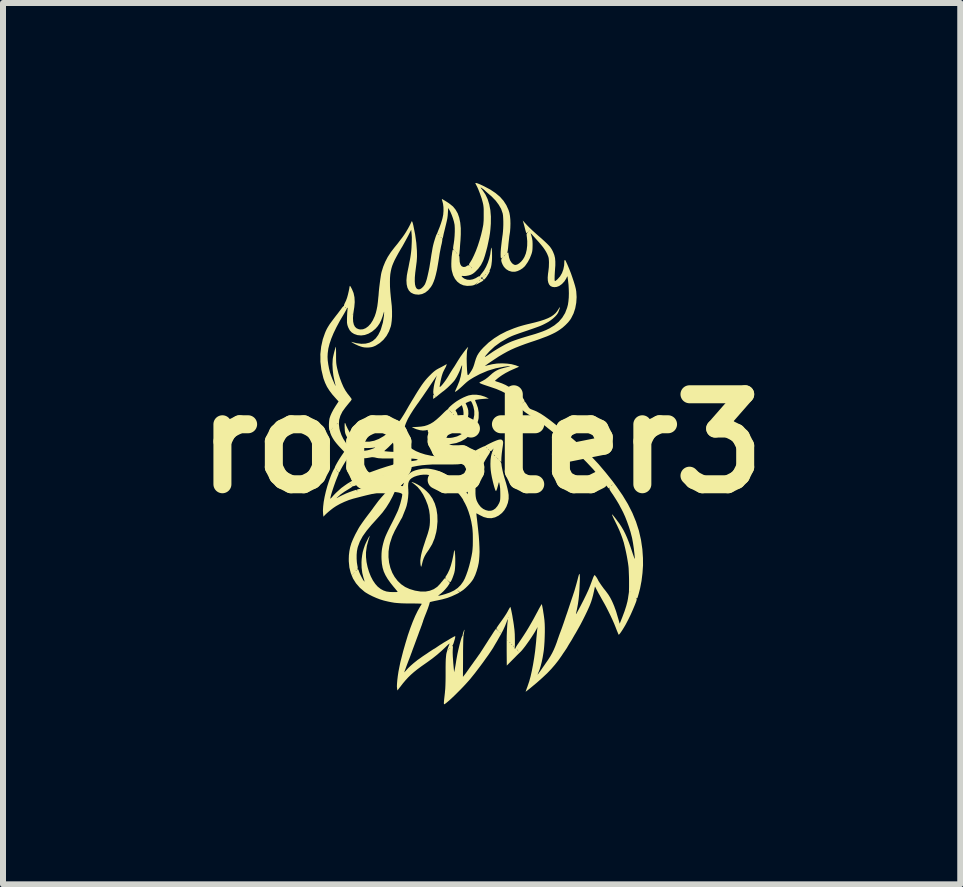
<source format=kicad_pcb>
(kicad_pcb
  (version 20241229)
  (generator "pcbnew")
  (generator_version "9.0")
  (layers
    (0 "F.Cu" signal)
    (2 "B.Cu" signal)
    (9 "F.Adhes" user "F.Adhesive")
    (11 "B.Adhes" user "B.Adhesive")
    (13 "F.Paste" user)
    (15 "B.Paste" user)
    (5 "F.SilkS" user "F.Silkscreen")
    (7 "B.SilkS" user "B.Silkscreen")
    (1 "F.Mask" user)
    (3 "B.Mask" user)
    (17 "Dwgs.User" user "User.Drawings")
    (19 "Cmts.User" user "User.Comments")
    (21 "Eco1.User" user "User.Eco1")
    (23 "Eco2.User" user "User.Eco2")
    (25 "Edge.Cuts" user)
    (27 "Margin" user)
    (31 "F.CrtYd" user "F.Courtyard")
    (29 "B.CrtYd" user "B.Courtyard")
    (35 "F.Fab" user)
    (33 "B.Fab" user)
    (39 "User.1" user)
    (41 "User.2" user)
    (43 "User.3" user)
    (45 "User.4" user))
  (footprint "rooster3"
    (layer "F.Cu")
    (at 4.979 4.344)
    (property "Reference" "rooster3" (at 0 0 0) (layer "F.SilkS") (effects (font (size 1.5 1.5) (thickness 0.3))))
    (attr board_only exclude_from_pos_files exclude_from_bom)
    (fp_poly (pts (xy -1.158 0.643) (xy -1.117 0.657) (xy -1.07 0.681) (xy -1.019 0.712) (xy -0.969 0.75) (xy -0.921 0.792) (xy -0.879 0.835) (xy -0.872 0.843) (xy -0.82 0.917) (xy -0.781 0.999) (xy -0.754 1.09) (xy -0.739 1.19) (xy -0.736 1.297) (xy -0.746 1.411) (xy -0.757 1.477) (xy -0.785 1.58) (xy -0.825 1.677) (xy -0.881 1.77) (xy -0.889 1.781) (xy -0.923 1.83) (xy -0.948 1.873) (xy -0.966 1.912) (xy -0.98 1.952) (xy -0.989 1.987) (xy -0.996 2.017) (xy -1.002 2.039) (xy -1.007 2.052) (xy -1.009 2.054) (xy -1.013 2.047) (xy -1.017 2.029) (xy -1.019 2.016) (xy -1.022 1.981) (xy -1.022 1.945) (xy -1.017 1.904) (xy -1.009 1.857) (xy -0.996 1.803) (xy -0.978 1.74) (xy -0.954 1.667) (xy -0.926 1.581) (xy -0.92 1.565) (xy -0.899 1.503) (xy -0.884 1.45) (xy -0.873 1.405) (xy -0.866 1.362) (xy -0.863 1.319) (xy -0.862 1.273) (xy -0.865 1.191) (xy -0.875 1.116) (xy -0.893 1.045) (xy -0.9 1.021) (xy -0.935 0.932) (xy -0.975 0.851) (xy -1.021 0.78) (xy -1.071 0.721) (xy -1.124 0.676) (xy -1.133 0.669) (xy -1.156 0.654) (xy -1.167 0.645) (xy -1.166 0.642)) (stroke (width 0) (type solid)) (fill yes) (layer "F.SilkS"))
    (fp_poly (pts (xy -0.018 -0.804) (xy 0.049 -0.783) (xy 0.077 -0.771) (xy 0.119 -0.75) (xy 0.073 -0.748) (xy 0.045 -0.746) (xy 0.011 -0.743) (xy -0.024 -0.74) (xy -0.058 -0.735) (xy -0.085 -0.731) (xy -0.104 -0.728) (xy -0.109 -0.726) (xy -0.108 -0.718) (xy -0.102 -0.7) (xy -0.092 -0.675) (xy -0.087 -0.665) (xy -0.062 -0.593) (xy -0.049 -0.516) (xy -0.05 -0.438) (xy -0.052 -0.415) (xy -0.061 -0.377) (xy -0.076 -0.333) (xy -0.095 -0.288) (xy -0.117 -0.246) (xy -0.138 -0.212) (xy -0.15 -0.197) (xy -0.162 -0.182) (xy -0.169 -0.172) (xy -0.169 -0.171) (xy -0.174 -0.163) (xy -0.187 -0.148) (xy -0.194 -0.142) (xy -0.266 -0.082) (xy -0.343 -0.038) (xy -0.423 -0.008) (xy -0.508 0.007) (xy -0.597 0.008) (xy -0.615 0.006) (xy -0.684 -0.009) (xy -0.722 -0.024) (xy -0.768 -0.051) (xy -0.81 -0.083) (xy -0.847 -0.119) (xy -0.876 -0.156) (xy -0.893 -0.191) (xy -0.897 -0.204) (xy -0.901 -0.228) (xy -0.936 -0.22) (xy -0.979 -0.217) (xy -1.029 -0.223) (xy -1.083 -0.238) (xy -1.089 -0.24) (xy -0.802 -0.24) (xy -0.799 -0.233) (xy -0.777 -0.194) (xy -0.742 -0.159) (xy -0.697 -0.13) (xy -0.646 -0.11) (xy -0.619 -0.103) (xy -0.58 -0.096) (xy -0.549 -0.094) (xy -0.518 -0.095) (xy -0.479 -0.101) (xy -0.478 -0.101) (xy -0.41 -0.119) (xy -0.344 -0.151) (xy -0.283 -0.195) (xy -0.282 -0.196) (xy -0.185 -0.196) (xy -0.181 -0.192) (xy -0.177 -0.196) (xy -0.181 -0.2) (xy -0.185 -0.196) (xy -0.282 -0.196) (xy -0.229 -0.247) (xy -0.184 -0.306) (xy -0.15 -0.371) (xy -0.137 -0.406) (xy -0.123 -0.476) (xy -0.123 -0.545) (xy -0.137 -0.614) (xy -0.146 -0.64) (xy -0.16 -0.676) (xy -0.172 -0.698) (xy -0.181 -0.708) (xy -0.182 -0.708) (xy -0.195 -0.705) (xy -0.215 -0.698) (xy -0.236 -0.689) (xy -0.255 -0.68) (xy -0.266 -0.673) (xy -0.267 -0.67) (xy -0.246 -0.627) (xy -0.23 -0.581) (xy -0.223 -0.55) (xy -0.221 -0.495) (xy -0.229 -0.436) (xy -0.247 -0.378) (xy -0.273 -0.326) (xy -0.274 -0.324) (xy -0.284 -0.313) (xy -0.293 -0.313) (xy -0.299 -0.317) (xy -0.307 -0.323) (xy -0.305 -0.319) (xy -0.301 -0.314) (xy -0.297 -0.3) (xy -0.304 -0.283) (xy -0.324 -0.262) (xy -0.351 -0.239) (xy -0.406 -0.207) (xy -0.465 -0.189) (xy -0.51 -0.185) (xy -0.568 -0.19) (xy -0.615 -0.207) (xy -0.652 -0.234) (xy -0.677 -0.273) (xy -0.679 -0.275) (xy -0.542 -0.275) (xy -0.506 -0.28) (xy -0.477 -0.286) (xy -0.445 -0.297) (xy -0.43 -0.304) (xy -0.404 -0.319) (xy -0.381 -0.335) (xy -0.371 -0.343) (xy -0.357 -0.355) (xy -0.347 -0.357) (xy -0.34 -0.352) (xy -0.331 -0.346) (xy -0.333 -0.351) (xy -0.337 -0.355) (xy -0.342 -0.365) (xy -0.341 -0.377) (xy -0.334 -0.396) (xy -0.328 -0.409) (xy -0.316 -0.438) (xy -0.306 -0.467) (xy -0.303 -0.481) (xy -0.302 -0.512) (xy -0.306 -0.55) (xy -0.314 -0.59) (xy -0.323 -0.618) (xy -0.331 -0.64) (xy -0.36 -0.618) (xy -0.385 -0.599) (xy -0.41 -0.579) (xy -0.415 -0.575) (xy -0.43 -0.561) (xy -0.435 -0.551) (xy -0.431 -0.542) (xy -0.429 -0.54) (xy -0.415 -0.517) (xy -0.405 -0.491) (xy -0.4 -0.464) (xy -0.401 -0.444) (xy -0.405 -0.436) (xy -0.414 -0.437) (xy -0.428 -0.446) (xy -0.43 -0.448) (xy -0.442 -0.458) (xy -0.444 -0.459) (xy -0.436 -0.45) (xy -0.429 -0.442) (xy -0.408 -0.419) (xy -0.423 -0.388) (xy -0.446 -0.352) (xy -0.481 -0.317) (xy -0.515 -0.292) (xy -0.542 -0.275) (xy -0.679 -0.275) (xy -0.679 -0.276) (xy -0.688 -0.297) (xy -0.695 -0.311) (xy -0.697 -0.314) (xy -0.704 -0.312) (xy -0.721 -0.303) (xy -0.745 -0.29) (xy -0.753 -0.285) (xy -0.78 -0.269) (xy -0.795 -0.257) (xy -0.802 -0.249) (xy -0.802 -0.24) (xy -1.089 -0.24) (xy -1.116 -0.251) (xy -1.165 -0.273) (xy -1.073 -0.278) (xy -1.01 -0.283) (xy -0.954 -0.292) (xy -0.903 -0.308) (xy -0.854 -0.33) (xy -0.804 -0.36) (xy -0.753 -0.4) (xy -0.697 -0.45) (xy -0.656 -0.49) (xy -0.476 -0.49) (xy -0.474 -0.486) (xy -0.466 -0.478) (xy -0.462 -0.479) (xy -0.462 -0.48) (xy -0.467 -0.487) (xy -0.47 -0.489) (xy -0.476 -0.49) (xy -0.656 -0.49) (xy -0.648 -0.498) (xy -0.625 -0.521) (xy -0.506 -0.521) (xy -0.505 -0.517) (xy -0.497 -0.508) (xy -0.492 -0.51) (xy -0.492 -0.511) (xy -0.498 -0.518) (xy -0.501 -0.52) (xy -0.506 -0.521) (xy -0.625 -0.521) (xy -0.62 -0.526) (xy -0.595 -0.549) (xy -0.589 -0.554) (xy -0.538 -0.554) (xy -0.536 -0.55) (xy -0.532 -0.544) (xy -0.521 -0.532) (xy -0.516 -0.532) (xy -0.515 -0.534) (xy -0.521 -0.54) (xy -0.529 -0.547) (xy -0.538 -0.554) (xy -0.589 -0.554) (xy -0.575 -0.565) (xy -0.564 -0.573) (xy -0.562 -0.573) (xy -0.557 -0.574) (xy -0.558 -0.579) (xy -0.554 -0.589) (xy -0.54 -0.605) (xy -0.517 -0.627) (xy -0.488 -0.652) (xy -0.455 -0.678) (xy -0.42 -0.703) (xy -0.409 -0.71) (xy -0.361 -0.739) (xy -0.307 -0.767) (xy -0.253 -0.79) (xy -0.216 -0.803) (xy -0.154 -0.814) (xy -0.087 -0.814)) (stroke (width 0) (type solid)) (fill yes) (layer "F.SilkS"))
    (fp_poly (pts (xy -0.071 -4.338) (xy -0.035 -4.324) (xy 0.011 -4.303) (xy 0.042 -4.288) (xy 0.144 -4.234) (xy 0.231 -4.176) (xy 0.305 -4.114) (xy 0.365 -4.046) (xy 0.412 -3.973) (xy 0.448 -3.893) (xy 0.463 -3.845) (xy 0.472 -3.795) (xy 0.478 -3.734) (xy 0.48 -3.667) (xy 0.478 -3.598) (xy 0.473 -3.53) (xy 0.467 -3.492) (xy 0.461 -3.455) (xy 0.456 -3.409) (xy 0.45 -3.359) (xy 0.445 -3.311) (xy 0.445 -3.307) (xy 0.44 -3.256) (xy 0.435 -3.219) (xy 0.43 -3.195) (xy 0.424 -3.181) (xy 0.424 -3.181) (xy 0.416 -3.17) (xy 0.418 -3.171) (xy 0.428 -3.179) (xy 0.437 -3.186) (xy 0.442 -3.186) (xy 0.445 -3.176) (xy 0.448 -3.154) (xy 0.449 -3.146) (xy 0.458 -3.098) (xy 0.474 -3.054) (xy 0.496 -3.019) (xy 0.521 -2.993) (xy 0.549 -2.979) (xy 0.563 -2.977) (xy 0.592 -2.984) (xy 0.624 -3.003) (xy 0.657 -3.032) (xy 0.688 -3.069) (xy 0.714 -3.112) (xy 0.714 -3.113) (xy 0.736 -3.167) (xy 0.751 -3.231) (xy 0.759 -3.301) (xy 0.76 -3.373) (xy 0.754 -3.442) (xy 0.753 -3.445) (xy 0.75 -3.472) (xy 0.749 -3.49) (xy 0.753 -3.502) (xy 0.762 -3.513) (xy 0.763 -3.514) (xy 0.781 -3.535) (xy 0.763 -3.52) (xy 0.75 -3.51) (xy 0.743 -3.508) (xy 0.741 -3.517) (xy 0.735 -3.537) (xy 0.733 -3.542) (xy 0.785 -3.542) (xy 0.788 -3.538) (xy 0.792 -3.542) (xy 0.788 -3.546) (xy 0.785 -3.542) (xy 0.733 -3.542) (xy 0.729 -3.558) (xy 0.8 -3.558) (xy 0.804 -3.554) (xy 0.808 -3.558) (xy 0.804 -3.562) (xy 0.8 -3.558) (xy 0.729 -3.558) (xy 0.727 -3.565) (xy 0.721 -3.588) (xy 0.712 -3.624) (xy 0.703 -3.657) (xy 0.696 -3.683) (xy 0.693 -3.692) (xy 0.685 -3.719) (xy 0.71 -3.691) (xy 0.752 -3.645) (xy 0.795 -3.601) (xy 0.843 -3.555) (xy 0.897 -3.506) (xy 0.942 -3.466) (xy 0.999 -3.417) (xy 1.045 -3.375) (xy 1.082 -3.34) (xy 1.112 -3.31) (xy 1.136 -3.284) (xy 1.155 -3.258) (xy 1.171 -3.233) (xy 1.185 -3.206) (xy 1.192 -3.191) (xy 1.211 -3.143) (xy 1.223 -3.093) (xy 1.228 -3.036) (xy 1.228 -2.97) (xy 1.224 -2.917) (xy 1.22 -2.856) (xy 1.217 -2.804) (xy 1.216 -2.762) (xy 1.216 -2.731) (xy 1.219 -2.712) (xy 1.222 -2.708) (xy 1.231 -2.712) (xy 1.248 -2.725) (xy 1.267 -2.742) (xy 1.307 -2.787) (xy 1.339 -2.842) (xy 1.362 -2.905) (xy 1.375 -2.97) (xy 1.377 -3.005) (xy 1.378 -3.039) (xy 1.382 -3.057) (xy 1.389 -3.061) (xy 1.399 -3.049) (xy 1.403 -3.04) (xy 1.432 -2.977) (xy 1.461 -2.908) (xy 1.489 -2.836) (xy 1.514 -2.764) (xy 1.537 -2.695) (xy 1.556 -2.632) (xy 1.57 -2.577) (xy 1.577 -2.535) (xy 1.583 -2.441) (xy 1.577 -2.347) (xy 1.56 -2.255) (xy 1.532 -2.169) (xy 1.493 -2.091) (xy 1.476 -2.064) (xy 1.442 -2.021) (xy 1.398 -1.976) (xy 1.35 -1.933) (xy 1.301 -1.897) (xy 1.264 -1.873) (xy 1.226 -1.851) (xy 1.186 -1.831) (xy 1.141 -1.81) (xy 1.09 -1.788) (xy 1.031 -1.766) (xy 0.962 -1.74) (xy 0.881 -1.712) (xy 0.823 -1.693) (xy 0.727 -1.66) (xy 0.641 -1.628) (xy 0.565 -1.598) (xy 0.493 -1.566) (xy 0.425 -1.532) (xy 0.357 -1.494) (xy 0.286 -1.452) (xy 0.21 -1.402) (xy 0.125 -1.345) (xy 0.099 -1.327) (xy 0.077 -1.311) (xy 0.062 -1.3) (xy 0.057 -1.294) (xy 0.057 -1.294) (xy 0.065 -1.295) (xy 0.083 -1.3) (xy 0.097 -1.304) (xy 0.174 -1.322) (xy 0.256 -1.334) (xy 0.34 -1.337) (xy 0.422 -1.333) (xy 0.499 -1.323) (xy 0.568 -1.304) (xy 0.594 -1.294) (xy 0.625 -1.281) (xy 0.564 -1.255) (xy 0.474 -1.215) (xy 0.399 -1.176) (xy 0.34 -1.14) (xy 0.307 -1.117) (xy 0.276 -1.094) (xy 0.251 -1.073) (xy 0.232 -1.057) (xy 0.223 -1.047) (xy 0.223 -1.046) (xy 0.23 -1.041) (xy 0.248 -1.034) (xy 0.274 -1.026) (xy 0.279 -1.024) (xy 0.339 -1.003) (xy 0.398 -0.977) (xy 0.46 -0.942) (xy 0.511 -0.91) (xy 0.558 -0.877) (xy 0.601 -0.843) (xy 0.639 -0.809) (xy 0.671 -0.778) (xy 0.695 -0.75) (xy 0.709 -0.727) (xy 0.713 -0.711) (xy 0.711 -0.707) (xy 0.712 -0.702) (xy 0.715 -0.702) (xy 0.722 -0.697) (xy 0.735 -0.681) (xy 0.751 -0.657) (xy 0.759 -0.643) (xy 0.777 -0.614) (xy 0.791 -0.595) (xy 0.804 -0.583) (xy 0.82 -0.574) (xy 0.842 -0.565) (xy 0.879 -0.551) (xy 0.916 -0.535) (xy 0.953 -0.515) (xy 0.993 -0.492) (xy 1.036 -0.464) (xy 1.084 -0.43) (xy 1.138 -0.391) (xy 1.198 -0.344) (xy 1.267 -0.289) (xy 1.345 -0.225) (xy 1.415 -0.166) (xy 1.564 -0.039) (xy 1.7 0.086) (xy 1.827 0.213) (xy 1.948 0.342) (xy 2.064 0.479) (xy 2.18 0.624) (xy 2.246 0.713) (xy 2.349 0.862) (xy 2.438 1.009) (xy 2.512 1.155) (xy 2.573 1.303) (xy 2.621 1.452) (xy 2.656 1.605) (xy 2.679 1.762) (xy 2.689 1.908) (xy 2.69 2.03) (xy 2.681 2.159) (xy 2.665 2.289) (xy 2.641 2.414) (xy 2.619 2.5) (xy 2.608 2.537) (xy 2.601 2.562) (xy 2.595 2.575) (xy 2.59 2.581) (xy 2.585 2.58) (xy 2.578 2.576) (xy 2.578 2.576) (xy 2.57 2.569) (xy 2.571 2.573) (xy 2.578 2.581) (xy 2.583 2.588) (xy 2.585 2.596) (xy 2.583 2.608) (xy 2.578 2.627) (xy 2.568 2.654) (xy 2.553 2.692) (xy 2.52 2.771) (xy 2.484 2.852) (xy 2.446 2.93) (xy 2.409 3.001) (xy 2.395 3.027) (xy 2.37 3.069) (xy 2.346 3.108) (xy 2.324 3.141) (xy 2.306 3.166) (xy 2.292 3.182) (xy 2.284 3.187) (xy 2.284 3.187) (xy 2.279 3.178) (xy 2.271 3.157) (xy 2.258 3.127) (xy 2.244 3.091) (xy 2.234 3.065) (xy 2.21 3.005) (xy 2.18 2.937) (xy 2.146 2.864) (xy 2.11 2.791) (xy 2.075 2.722) (xy 2.043 2.663) (xy 2.041 2.66) (xy 2.023 2.628) (xy 2.003 2.593) (xy 1.99 2.569) (xy 1.977 2.546) (xy 1.967 2.527) (xy 1.962 2.519) (xy 1.956 2.509) (xy 1.945 2.489) (xy 1.931 2.462) (xy 1.923 2.447) (xy 1.889 2.382) (xy 1.872 2.462) (xy 1.857 2.528) (xy 1.842 2.584) (xy 1.826 2.635) (xy 1.806 2.688) (xy 1.793 2.719) (xy 1.763 2.786) (xy 1.727 2.861) (xy 1.687 2.941) (xy 1.646 3.02) (xy 1.604 3.095) (xy 1.566 3.162) (xy 1.564 3.165) (xy 1.547 3.193) (xy 1.534 3.216) (xy 1.525 3.231) (xy 1.523 3.235) (xy 1.519 3.242) (xy 1.509 3.26) (xy 1.494 3.285) (xy 1.477 3.312) (xy 1.459 3.341) (xy 1.444 3.366) (xy 1.434 3.383) (xy 1.431 3.389) (xy 1.427 3.396) (xy 1.416 3.414) (xy 1.399 3.439) (xy 1.379 3.469) (xy 1.356 3.502) (xy 1.334 3.536) (xy 1.312 3.567) (xy 1.294 3.593) (xy 1.28 3.612) (xy 1.28 3.613) (xy 1.223 3.685) (xy 1.161 3.757) (xy 1.091 3.83) (xy 1.011 3.905) (xy 0.921 3.985) (xy 0.819 4.07) (xy 0.812 4.076) (xy 0.783 4.099) (xy 0.759 4.118) (xy 0.742 4.131) (xy 0.734 4.136) (xy 0.733 4.136) (xy 0.735 4.129) (xy 0.742 4.11) (xy 0.752 4.081) (xy 0.765 4.047) (xy 0.769 4.034) (xy 0.793 3.964) (xy 0.816 3.88) (xy 0.837 3.786) (xy 0.857 3.683) (xy 0.875 3.574) (xy 0.891 3.462) (xy 0.903 3.349) (xy 0.908 3.3) (xy 0.912 3.247) (xy 0.917 3.197) (xy 0.921 3.154) (xy 0.924 3.119) (xy 0.927 3.095) (xy 0.928 3.088) (xy 0.932 3.058) (xy 0.909 3.102) (xy 0.888 3.139) (xy 0.861 3.182) (xy 0.83 3.23) (xy 0.797 3.279) (xy 0.762 3.328) (xy 0.729 3.374) (xy 0.698 3.414) (xy 0.672 3.446) (xy 0.653 3.467) (xy 0.639 3.48) (xy 0.617 3.502) (xy 0.588 3.53) (xy 0.556 3.563) (xy 0.523 3.596) (xy 0.419 3.701) (xy 0.417 3.465) (xy 0.615 3.465) (xy 0.619 3.469) (xy 0.623 3.465) (xy 0.619 3.462) (xy 0.615 3.465) (xy 0.417 3.465) (xy 0.417 3.448) (xy 0.417 3.431) (xy 0.585 3.431) (xy 0.587 3.435) (xy 0.591 3.44) (xy 0.603 3.452) (xy 0.608 3.452) (xy 0.608 3.451) (xy 0.602 3.445) (xy 0.594 3.437) (xy 0.585 3.431) (xy 0.417 3.431) (xy 0.417 3.371) (xy 0.524 3.371) (xy 0.526 3.376) (xy 0.534 3.384) (xy 0.538 3.382) (xy 0.538 3.381) (xy 0.533 3.375) (xy 0.53 3.372) (xy 0.524 3.371) (xy 0.417 3.371) (xy 0.417 3.341) (xy 0.494 3.341) (xy 0.495 3.345) (xy 0.503 3.353) (xy 0.508 3.352) (xy 0.508 3.35) (xy 0.502 3.344) (xy 0.499 3.342) (xy 0.494 3.341) (xy 0.417 3.341) (xy 0.417 3.321) (xy 0.417 3.31) (xy 0.463 3.31) (xy 0.465 3.314) (xy 0.472 3.322) (xy 0.477 3.321) (xy 0.477 3.32) (xy 0.471 3.313) (xy 0.468 3.311) (xy 0.463 3.31) (xy 0.417 3.31) (xy 0.417 3.281) (xy 0.431 3.281) (xy 0.435 3.285) (xy 0.438 3.281) (xy 0.435 3.277) (xy 0.431 3.281) (xy 0.417 3.281) (xy 0.418 3.206) (xy 0.422 3.103) (xy 0.428 3.013) (xy 0.435 2.942) (xy 0.436 2.931) (xy 0.433 2.931) (xy 0.427 2.944) (xy 0.417 2.972) (xy 0.417 2.973) (xy 0.392 3.036) (xy 0.361 3.104) (xy 0.321 3.18) (xy 0.273 3.264) (xy 0.273 3.265) (xy 0.251 3.303) (xy 0.23 3.338) (xy 0.213 3.367) (xy 0.201 3.387) (xy 0.199 3.392) (xy 0.177 3.427) (xy 0.147 3.472) (xy 0.111 3.525) (xy 0.069 3.583) (xy 0.025 3.645) (xy -0.021 3.707) (xy -0.068 3.769) (xy -0.112 3.827) (xy -0.154 3.879) (xy -0.19 3.924) (xy -0.21 3.947) (xy -0.254 3.996) (xy -0.3 4.046) (xy -0.348 4.096) (xy -0.397 4.145) (xy -0.444 4.192) (xy -0.488 4.234) (xy -0.529 4.272) (xy -0.565 4.303) (xy -0.594 4.327) (xy -0.615 4.342) (xy -0.627 4.346) (xy -0.629 4.339) (xy -0.63 4.321) (xy -0.628 4.298) (xy -0.626 4.272) (xy -0.622 4.235) (xy -0.617 4.193) (xy -0.612 4.148) (xy -0.612 4.142) (xy -0.607 4.09) (xy -0.604 4.029) (xy -0.602 3.957) (xy -0.601 3.872) (xy -0.601 3.808) (xy -0.601 3.723) (xy -0.6 3.652) (xy -0.598 3.594) (xy -0.594 3.548) (xy -0.59 3.511) (xy -0.584 3.484) (xy -0.579 3.469) (xy -0.574 3.452) (xy -0.573 3.446) (xy -0.56 3.446) (xy -0.559 3.446) (xy -0.552 3.441) (xy -0.55 3.438) (xy -0.548 3.431) (xy -0.549 3.431) (xy -0.556 3.436) (xy -0.558 3.438) (xy -0.56 3.446) (xy -0.573 3.446) (xy -0.572 3.439) (xy -0.567 3.423) (xy -0.537 3.423) (xy -0.536 3.423) (xy -0.529 3.418) (xy -0.527 3.415) (xy -0.525 3.408) (xy -0.526 3.408) (xy -0.533 3.413) (xy -0.535 3.415) (xy -0.537 3.423) (xy -0.567 3.423) (xy -0.565 3.417) (xy -0.553 3.382) (xy -0.534 3.335) (xy -0.534 3.335) (xy -0.537 3.334) (xy -0.549 3.343) (xy -0.568 3.36) (xy -0.593 3.384) (xy -0.604 3.395) (xy -0.671 3.458) (xy -0.741 3.519) (xy -0.819 3.581) (xy -0.907 3.645) (xy -0.93 3.661) (xy -1.007 3.715) (xy -1.073 3.764) (xy -1.129 3.809) (xy -1.179 3.853) (xy -1.225 3.898) (xy -1.269 3.946) (xy -1.313 3.998) (xy -1.359 4.058) (xy -1.362 4.061) (xy -1.404 4.116) (xy -1.41 4.083) (xy -1.413 4.048) (xy -1.411 4.001) (xy -1.406 3.942) (xy -1.398 3.876) (xy -1.387 3.803) (xy -1.372 3.726) (xy -1.356 3.648) (xy -1.345 3.604) (xy -1.308 3.46) (xy -1.269 3.324) (xy -1.23 3.195) (xy -1.189 3.076) (xy -1.148 2.968) (xy -1.107 2.872) (xy -1.066 2.788) (xy -1.027 2.719) (xy -1.013 2.697) (xy -1.003 2.68) (xy -0.998 2.673) (xy -1.004 2.67) (xy -1.025 2.668) (xy -1.061 2.667) (xy -1.112 2.666) (xy -1.176 2.665) (xy -1.187 2.665) (xy -1.268 2.665) (xy -1.337 2.663) (xy -1.397 2.659) (xy -1.452 2.654) (xy -1.505 2.645) (xy -1.56 2.634) (xy -1.619 2.62) (xy -1.638 2.615) (xy -1.696 2.597) (xy -1.758 2.573) (xy -1.821 2.545) (xy -1.88 2.515) (xy -1.931 2.485) (xy -1.954 2.469) (xy -2.031 2.403) (xy -2.095 2.329) (xy -2.145 2.249) (xy -2.173 2.181) (xy -2.162 2.181) (xy -2.158 2.185) (xy -2.154 2.181) (xy -2.158 2.177) (xy -2.162 2.181) (xy -2.173 2.181) (xy -2.179 2.165) (xy -2.146 2.165) (xy -2.142 2.169) (xy -2.138 2.165) (xy -2.142 2.162) (xy -2.146 2.165) (xy -2.179 2.165) (xy -2.181 2.161) (xy -2.184 2.15) (xy -2.131 2.15) (xy -2.127 2.154) (xy -2.123 2.15) (xy -2.127 2.146) (xy -2.131 2.15) (xy -2.184 2.15) (xy -2.191 2.123) (xy -2.098 2.123) (xy -2.097 2.123) (xy -2.09 2.118) (xy -2.088 2.115) (xy -2.087 2.108) (xy -2.088 2.108) (xy -2.095 2.113) (xy -2.096 2.115) (xy -2.098 2.123) (xy -2.191 2.123) (xy -2.205 2.066) (xy -2.215 1.962) (xy -2.215 1.933) (xy -2.215 1.919) (xy -2.084 1.919) (xy -2.08 1.981) (xy -2.073 2.026) (xy -2.067 2.058) (xy -2.066 2.078) (xy -2.07 2.089) (xy -2.07 2.09) (xy -2.075 2.097) (xy -2.068 2.096) (xy -2.059 2.098) (xy -2.051 2.113) (xy -2.047 2.125) (xy -2.038 2.15) (xy -2.025 2.18) (xy -2.009 2.212) (xy -1.993 2.243) (xy -1.977 2.27) (xy -1.964 2.29) (xy -1.955 2.3) (xy -1.953 2.3) (xy -1.954 2.293) (xy -1.958 2.275) (xy -1.966 2.249) (xy -1.97 2.237) (xy -1.99 2.157) (xy -2.001 2.07) (xy -2.003 1.98) (xy -2 1.925) (xy -1.992 1.862) (xy -1.982 1.807) (xy -1.967 1.755) (xy -1.948 1.699) (xy -1.947 1.696) (xy -1.936 1.67) (xy -1.922 1.64) (xy -1.907 1.609) (xy -1.892 1.58) (xy -1.879 1.557) (xy -1.87 1.542) (xy -1.866 1.538) (xy -1.867 1.545) (xy -1.872 1.563) (xy -1.881 1.589) (xy -1.885 1.602) (xy -1.914 1.707) (xy -1.928 1.812) (xy -1.928 1.892) (xy -1.919 1.975) (xy -1.902 2.057) (xy -1.878 2.138) (xy -1.848 2.214) (xy -1.812 2.283) (xy -1.772 2.341) (xy -1.73 2.388) (xy -1.729 2.388) (xy -1.683 2.424) (xy -1.637 2.449) (xy -1.587 2.466) (xy -1.529 2.474) (xy -1.475 2.476) (xy -1.443 2.476) (xy -1.418 2.475) (xy -1.403 2.474) (xy -1.4 2.473) (xy -1.405 2.466) (xy -1.417 2.449) (xy -1.436 2.426) (xy -1.459 2.398) (xy -1.46 2.398) (xy -1.519 2.324) (xy -1.567 2.257) (xy -1.604 2.194) (xy -1.632 2.133) (xy -1.651 2.07) (xy -1.663 2.003) (xy -1.669 1.93) (xy -1.67 1.893) (xy -1.553 1.893) (xy -1.543 1.985) (xy -1.521 2.074) (xy -1.489 2.156) (xy -1.451 2.223) (xy -1.399 2.291) (xy -1.341 2.346) (xy -1.275 2.391) (xy -1.2 2.425) (xy -1.113 2.451) (xy -1.102 2.453) (xy -1.015 2.467) (xy -0.936 2.467) (xy -0.863 2.453) (xy -0.798 2.427) (xy -0.74 2.388) (xy -0.692 2.338) (xy -0.677 2.318) (xy -0.665 2.304) (xy -0.661 2.3) (xy -0.654 2.292) (xy -0.642 2.276) (xy -0.635 2.267) (xy -0.621 2.25) (xy -0.611 2.244) (xy -0.603 2.247) (xy -0.601 2.248) (xy -0.593 2.254) (xy -0.595 2.25) (xy -0.599 2.244) (xy -0.605 2.233) (xy -0.603 2.221) (xy -0.594 2.209) (xy -0.566 2.162) (xy -0.538 2.103) (xy -0.513 2.033) (xy -0.492 1.955) (xy -0.474 1.872) (xy -0.469 1.846) (xy -0.463 1.809) (xy -0.458 1.786) (xy -0.454 1.778) (xy -0.45 1.783) (xy -0.447 1.802) (xy -0.446 1.815) (xy -0.442 1.862) (xy -0.44 1.916) (xy -0.44 1.972) (xy -0.441 2.028) (xy -0.444 2.078) (xy -0.448 2.117) (xy -0.45 2.125) (xy -0.457 2.158) (xy -0.47 2.197) (xy -0.484 2.236) (xy -0.499 2.272) (xy -0.513 2.299) (xy -0.518 2.306) (xy -0.525 2.31) (xy -0.537 2.304) (xy -0.556 2.288) (xy -0.557 2.287) (xy -0.588 2.258) (xy -0.559 2.29) (xy -0.529 2.322) (xy -0.548 2.353) (xy -0.571 2.387) (xy -0.603 2.425) (xy -0.637 2.462) (xy -0.671 2.493) (xy -0.695 2.512) (xy -0.713 2.525) (xy -0.723 2.535) (xy -0.722 2.538) (xy -0.71 2.536) (xy -0.686 2.531) (xy -0.655 2.523) (xy -0.618 2.512) (xy -0.615 2.512) (xy -0.531 2.483) (xy -0.459 2.449) (xy -0.4 2.408) (xy -0.35 2.359) (xy -0.309 2.302) (xy -0.307 2.299) (xy -0.281 2.25) (xy -0.256 2.188) (xy -0.231 2.117) (xy -0.208 2.04) (xy -0.187 1.958) (xy -0.169 1.876) (xy -0.157 1.809) (xy -0.152 1.761) (xy -0.148 1.701) (xy -0.147 1.635) (xy -0.147 1.567) (xy -0.148 1.501) (xy -0.152 1.441) (xy -0.157 1.391) (xy -0.158 1.386) (xy -0.173 1.3) (xy -0.194 1.214) (xy -0.219 1.134) (xy -0.247 1.061) (xy -0.276 1) (xy -0.284 0.986) (xy -0.296 0.964) (xy -0.305 0.948) (xy -0.308 0.941) (xy -0.312 0.93) (xy -0.325 0.911) (xy -0.344 0.884) (xy -0.367 0.854) (xy -0.393 0.823) (xy -0.418 0.793) (xy -0.442 0.766) (xy -0.454 0.754) (xy -0.524 0.691) (xy -0.602 0.635) (xy -0.625 0.623) (xy -0.613 0.623) (xy -0.612 0.623) (xy -0.605 0.618) (xy -0.604 0.615) (xy -0.602 0.608) (xy -0.603 0.608) (xy -0.61 0.613) (xy -0.612 0.615) (xy -0.613 0.623) (xy -0.625 0.623) (xy -0.666 0.599) (xy -0.59 0.599) (xy -0.589 0.6) (xy -0.582 0.595) (xy -0.581 0.592) (xy -0.579 0.585) (xy -0.58 0.585) (xy -0.587 0.59) (xy -0.588 0.592) (xy -0.59 0.599) (xy -0.666 0.599) (xy -0.684 0.589) (xy -0.714 0.576) (xy -0.567 0.576) (xy -0.566 0.577) (xy -0.559 0.572) (xy -0.558 0.569) (xy -0.556 0.562) (xy -0.557 0.562) (xy -0.564 0.567) (xy -0.565 0.569) (xy -0.567 0.576) (xy -0.714 0.576) (xy -0.768 0.553) (xy -0.85 0.529) (xy -0.912 0.519) (xy -0.967 0.518) (xy -1.023 0.524) (xy -1.078 0.537) (xy -1.126 0.554) (xy -1.166 0.576) (xy -1.195 0.601) (xy -1.196 0.603) (xy -1.213 0.631) (xy -1.223 0.663) (xy -1.226 0.704) (xy -1.224 0.755) (xy -1.223 0.76) (xy -1.221 0.826) (xy -1.226 0.898) (xy -1.236 0.971) (xy -1.251 1.038) (xy -1.261 1.069) (xy -1.271 1.096) (xy -1.284 1.128) (xy -1.297 1.161) (xy -1.31 1.193) (xy -1.32 1.219) (xy -1.328 1.237) (xy -1.331 1.242) (xy -1.338 1.253) (xy -1.352 1.277) (xy -1.372 1.315) (xy -1.4 1.365) (xy -1.434 1.428) (xy -1.447 1.451) (xy -1.491 1.547) (xy -1.526 1.653) (xy -1.539 1.708) (xy -1.552 1.799) (xy -1.553 1.893) (xy -1.67 1.893) (xy -1.67 1.881) (xy -1.669 1.834) (xy -1.666 1.794) (xy -1.661 1.755) (xy -1.653 1.713) (xy -1.641 1.662) (xy -1.639 1.656) (xy -1.629 1.619) (xy -1.617 1.583) (xy -1.603 1.546) (xy -1.584 1.503) (xy -1.561 1.454) (xy -1.532 1.395) (xy -1.521 1.373) (xy -1.486 1.305) (xy -1.458 1.249) (xy -1.436 1.203) (xy -1.418 1.165) (xy -1.403 1.133) (xy -1.391 1.105) (xy -1.382 1.079) (xy -1.373 1.054) (xy -1.37 1.044) (xy -1.357 1.004) (xy -1.346 0.962) (xy -1.336 0.921) (xy -1.328 0.885) (xy -1.324 0.857) (xy -1.323 0.848) (xy -1.33 0.837) (xy -1.351 0.826) (xy -1.382 0.817) (xy -1.418 0.811) (xy -1.45 0.806) (xy -1.486 0.884) (xy -1.535 0.976) (xy -1.592 1.067) (xy -1.654 1.151) (xy -1.677 1.177) (xy -1.701 1.205) (xy -1.732 1.24) (xy -1.768 1.28) (xy -1.804 1.32) (xy -1.837 1.356) (xy -1.841 1.361) (xy -1.919 1.455) (xy -1.983 1.545) (xy -2.031 1.634) (xy -2.063 1.72) (xy -2.069 1.742) (xy -2.079 1.794) (xy -2.084 1.855) (xy -2.084 1.919) (xy -2.215 1.919) (xy -2.213 1.861) (xy -2.205 1.794) (xy -2.192 1.728) (xy -2.172 1.661) (xy -2.143 1.591) (xy -2.107 1.515) (xy -2.061 1.43) (xy -2.049 1.408) (xy -2.033 1.382) (xy -2.009 1.347) (xy -1.98 1.305) (xy -1.947 1.259) (xy -1.912 1.212) (xy -1.884 1.175) (xy -1.86 1.144) (xy -1.837 1.113) (xy -1.818 1.088) (xy -1.808 1.073) (xy -1.762 1.011) (xy -1.718 0.952) (xy -1.676 0.902) (xy -1.639 0.861) (xy -1.638 0.86) (xy -1.615 0.835) (xy -1.601 0.82) (xy -1.596 0.812) (xy -1.599 0.808) (xy -1.607 0.808) (xy -1.611 0.808) (xy -1.639 0.809) (xy -1.67 0.811) (xy -1.706 0.816) (xy -1.748 0.824) (xy -1.798 0.834) (xy -1.856 0.847) (xy -1.924 0.863) (xy -2.004 0.883) (xy -2.096 0.907) (xy -2.142 0.919) (xy -2.212 0.941) (xy -2.287 0.971) (xy -2.36 1.005) (xy -2.426 1.042) (xy -2.438 1.05) (xy -2.474 1.074) (xy -2.513 1.104) (xy -2.552 1.136) (xy -2.587 1.167) (xy -2.614 1.193) (xy -2.62 1.2) (xy -2.637 1.219) (xy -2.643 1.174) (xy -2.646 1.117) (xy -2.642 1.049) (xy -2.633 0.972) (xy -2.623 0.917) (xy -2.523 0.917) (xy -2.519 0.917) (xy -2.509 0.908) (xy -2.417 0.908) (xy -2.416 0.91) (xy -2.405 0.904) (xy -2.398 0.9) (xy -2.375 0.887) (xy -2.346 0.872) (xy -2.321 0.86) (xy -2.263 0.833) (xy -2.203 0.809) (xy -2.145 0.788) (xy -2.094 0.771) (xy -2.076 0.787) (xy -2.058 0.804) (xy -2.072 0.787) (xy -2.078 0.78) (xy -2.082 0.775) (xy -2.08 0.77) (xy -2.073 0.766) (xy -2.057 0.761) (xy -2.032 0.755) (xy -1.994 0.747) (xy -1.954 0.738) (xy -1.879 0.724) (xy -1.798 0.712) (xy -1.716 0.703) (xy -1.634 0.697) (xy -1.555 0.693) (xy -1.483 0.693) (xy -1.419 0.696) (xy -1.368 0.703) (xy -1.367 0.703) (xy -1.336 0.708) (xy -1.318 0.709) (xy -1.312 0.705) (xy -1.312 0.705) (xy -1.308 0.693) (xy -1.302 0.672) (xy -1.296 0.651) (xy -1.276 0.601) (xy -1.248 0.552) (xy -1.216 0.511) (xy -1.192 0.489) (xy -1.155 0.466) (xy -1.107 0.447) (xy -1.051 0.432) (xy -0.992 0.421) (xy -0.934 0.417) (xy -0.888 0.419) (xy -0.853 0.423) (xy -0.812 0.431) (xy -0.774 0.439) (xy -0.773 0.44) (xy -0.738 0.45) (xy -0.698 0.465) (xy -0.656 0.482) (xy -0.618 0.5) (xy -0.585 0.518) (xy -0.561 0.532) (xy -0.554 0.538) (xy -0.541 0.55) (xy -0.533 0.554) (xy -0.518 0.559) (xy -0.494 0.574) (xy -0.465 0.597) (xy -0.431 0.626) (xy -0.395 0.659) (xy -0.359 0.694) (xy -0.324 0.73) (xy -0.293 0.765) (xy -0.268 0.796) (xy -0.267 0.798) (xy -0.233 0.845) (xy -0.23 0.777) (xy -0.103 0.777) (xy -0.103 0.833) (xy -0.1 0.877) (xy -0.094 0.913) (xy -0.085 0.945) (xy -0.071 0.976) (xy -0.052 1.009) (xy -0.046 1.018) (xy -0.014 1.058) (xy 0.025 1.089) (xy 0.069 1.11) (xy 0.114 1.121) (xy 0.158 1.119) (xy 0.191 1.108) (xy 0.229 1.082) (xy 0.263 1.042) (xy 0.291 0.994) (xy 0.291 0.993) (xy 0.299 0.974) (xy 0.305 0.956) (xy 0.308 0.936) (xy 0.31 0.911) (xy 0.311 0.875) (xy 0.311 0.846) (xy 0.31 0.794) (xy 0.308 0.745) (xy 0.303 0.705) (xy 0.3 0.688) (xy 0.295 0.661) (xy 0.291 0.647) (xy 0.288 0.645) (xy 0.285 0.653) (xy 0.282 0.662) (xy 0.268 0.713) (xy 0.257 0.753) (xy 0.247 0.779) (xy 0.24 0.791) (xy 0.239 0.792) (xy 0.232 0.785) (xy 0.223 0.763) (xy 0.211 0.726) (xy 0.197 0.675) (xy 0.188 0.639) (xy 0.171 0.565) (xy 0.159 0.501) (xy 0.151 0.443) (xy 0.147 0.387) (xy 0.146 0.336) (xy 0.148 0.273) (xy 0.151 0.248) (xy 0.263 0.248) (xy 0.265 0.253) (xy 0.272 0.261) (xy 0.277 0.259) (xy 0.277 0.258) (xy 0.271 0.252) (xy 0.268 0.249) (xy 0.263 0.248) (xy 0.151 0.248) (xy 0.154 0.227) (xy 0.238 0.227) (xy 0.242 0.231) (xy 0.246 0.227) (xy 0.242 0.223) (xy 0.238 0.227) (xy 0.154 0.227) (xy 0.155 0.219) (xy 0.163 0.185) (xy 0.201 0.185) (xy 0.202 0.189) (xy 0.207 0.194) (xy 0.218 0.206) (xy 0.223 0.206) (xy 0.223 0.205) (xy 0.218 0.198) (xy 0.21 0.191) (xy 0.201 0.185) (xy 0.163 0.185) (xy 0.167 0.168) (xy 0.168 0.165) (xy 0.177 0.165) (xy 0.181 0.169) (xy 0.185 0.165) (xy 0.181 0.162) (xy 0.177 0.165) (xy 0.168 0.165) (xy 0.186 0.115) (xy 0.187 0.112) (xy 0.2 0.081) (xy 0.177 0.106) (xy 0.161 0.122) (xy 0.151 0.127) (xy 0.142 0.123) (xy 0.14 0.122) (xy 0.131 0.115) (xy 0.133 0.12) (xy 0.137 0.125) (xy 0.141 0.132) (xy 0.14 0.142) (xy 0.133 0.156) (xy 0.12 0.179) (xy 0.1 0.209) (xy 0.058 0.279) (xy 0.016 0.359) (xy -0.023 0.442) (xy -0.057 0.525) (xy -0.072 0.565) (xy -0.103 0.658) (xy -0.103 0.777) (xy -0.23 0.777) (xy -0.229 0.748) (xy -0.216 0.631) (xy -0.188 0.516) (xy -0.145 0.404) (xy -0.088 0.295) (xy -0.068 0.263) (xy -0.051 0.237) (xy -0.038 0.217) (xy -0.031 0.205) (xy -0.031 0.203) (xy -0.037 0.205) (xy -0.052 0.214) (xy -0.071 0.226) (xy -0.13 0.261) (xy -0.19 0.29) (xy -0.246 0.312) (xy -0.256 0.315) (xy -0.289 0.325) (xy -0.317 0.332) (xy -0.343 0.338) (xy -0.369 0.343) (xy -0.397 0.346) (xy -0.43 0.347) (xy -0.47 0.348) (xy -0.519 0.349) (xy -0.58 0.348) (xy -0.627 0.348) (xy -0.733 0.348) (xy -0.828 0.349) (xy -0.913 0.354) (xy -0.993 0.361) (xy -1.069 0.372) (xy -1.146 0.387) (xy -1.225 0.406) (xy -1.31 0.43) (xy -1.404 0.459) (xy -1.485 0.486) (xy -1.574 0.516) (xy -1.653 0.542) (xy -1.722 0.565) (xy -1.779 0.584) (xy -1.825 0.599) (xy -1.858 0.609) (xy -1.877 0.614) (xy -1.882 0.615) (xy -1.893 0.618) (xy -1.915 0.625) (xy -1.945 0.636) (xy -1.98 0.649) (xy -2.016 0.663) (xy -2.05 0.677) (xy -2.08 0.69) (xy -2.094 0.696) (xy -2.119 0.706) (xy -2.138 0.711) (xy -2.148 0.711) (xy -2.154 0.709) (xy -2.152 0.712) (xy -2.155 0.718) (xy -2.17 0.729) (xy -2.192 0.744) (xy -2.202 0.75) (xy -2.282 0.799) (xy -2.35 0.847) (xy -2.388 0.881) (xy -2.408 0.899) (xy -2.417 0.908) (xy -2.509 0.908) (xy -2.507 0.907) (xy -2.494 0.892) (xy -2.473 0.868) (xy -2.447 0.84) (xy -2.425 0.818) (xy -2.34 0.741) (xy -2.278 0.696) (xy -2.169 0.696) (xy -2.165 0.7) (xy -2.162 0.696) (xy -2.165 0.692) (xy -2.169 0.696) (xy -2.278 0.696) (xy -2.239 0.669) (xy -2.231 0.664) (xy -2.199 0.664) (xy -2.197 0.668) (xy -2.189 0.676) (xy -2.185 0.675) (xy -2.185 0.674) (xy -2.19 0.667) (xy -2.193 0.665) (xy -2.199 0.664) (xy -2.231 0.664) (xy -2.125 0.6) (xy -1.996 0.536) (xy -1.852 0.476) (xy -1.694 0.419) (xy -1.662 0.409) (xy -1.582 0.383) (xy -1.514 0.363) (xy -1.457 0.346) (xy -1.408 0.333) (xy -1.365 0.323) (xy -1.326 0.315) (xy -1.308 0.312) (xy -0.308 0.312) (xy -0.304 0.315) (xy -0.3 0.312) (xy -0.304 0.308) (xy -0.308 0.312) (xy -1.308 0.312) (xy -1.289 0.308) (xy -1.254 0.304) (xy -1.202 0.297) (xy -0.292 0.297) (xy -0.289 0.299) (xy -0.278 0.29) (xy -0.276 0.287) (xy -0.269 0.277) (xy -0.273 0.279) (xy -0.279 0.284) (xy -0.289 0.293) (xy -0.292 0.297) (xy -1.202 0.297) (xy -1.193 0.296) (xy -1.142 0.289) (xy -1.104 0.282) (xy -1.078 0.276) (xy -1.066 0.271) (xy -1.066 0.269) (xy -1.076 0.262) (xy -1.091 0.259) (xy -0.254 0.259) (xy -0.25 0.261) (xy -0.24 0.251) (xy -0.237 0.248) (xy -0.231 0.239) (xy -0.235 0.241) (xy -0.24 0.245) (xy -0.251 0.255) (xy -0.254 0.259) (xy -1.091 0.259) (xy -1.098 0.257) (xy -1.133 0.253) (xy -1.182 0.25) (xy -1.243 0.248) (xy -1.319 0.247) (xy -1.41 0.247) (xy -1.44 0.247) (xy -1.513 0.248) (xy -1.572 0.248) (xy -1.62 0.248) (xy -1.658 0.248) (xy -1.689 0.246) (xy -1.713 0.245) (xy -1.733 0.242) (xy -1.751 0.239) (xy -1.762 0.236) (xy -1.79 0.23) (xy -0.221 0.23) (xy -0.22 0.231) (xy -0.213 0.225) (xy -0.212 0.223) (xy -0.21 0.216) (xy -0.211 0.215) (xy -0.218 0.221) (xy -0.219 0.223) (xy -0.221 0.23) (xy -1.79 0.23) (xy -1.793 0.23) (xy -1.816 0.227) (xy -1.837 0.228) (xy -1.864 0.233) (xy -1.875 0.235) (xy -1.931 0.244) (xy -1.991 0.245) (xy -2.05 0.241) (xy -2.103 0.231) (xy -2.127 0.223) (xy -2.16 0.212) (xy -2.182 0.207) (xy -2.199 0.209) (xy -2.213 0.219) (xy -2.229 0.238) (xy -2.231 0.241) (xy -2.248 0.265) (xy -2.269 0.297) (xy -2.292 0.335) (xy -2.315 0.373) (xy -2.335 0.409) (xy -2.352 0.439) (xy -2.361 0.46) (xy -2.37 0.475) (xy -2.378 0.48) (xy -2.379 0.479) (xy -2.383 0.48) (xy -2.382 0.483) (xy -2.382 0.494) (xy -2.388 0.514) (xy -2.397 0.536) (xy -2.413 0.575) (xy -2.431 0.62) (xy -2.449 0.67) (xy -2.467 0.721) (xy -2.484 0.772) (xy -2.499 0.819) (xy -2.511 0.86) (xy -2.519 0.893) (xy -2.523 0.914) (xy -2.523 0.917) (xy -2.623 0.917) (xy -2.618 0.889) (xy -2.598 0.801) (xy -2.574 0.713) (xy -2.546 0.625) (xy -2.516 0.544) (xy -2.5 0.504) (xy -2.484 0.469) (xy -2.478 0.456) (xy -2.406 0.456) (xy -2.405 0.46) (xy -2.397 0.469) (xy -2.392 0.467) (xy -2.392 0.466) (xy -2.398 0.459) (xy -2.401 0.457) (xy -2.406 0.456) (xy -2.478 0.456) (xy -2.47 0.44) (xy -2.466 0.433) (xy -2.43 0.433) (xy -2.428 0.437) (xy -2.42 0.446) (xy -2.415 0.444) (xy -2.415 0.443) (xy -2.421 0.436) (xy -2.424 0.434) (xy -2.43 0.433) (xy -2.466 0.433) (xy -2.459 0.421) (xy -2.455 0.415) (xy -2.45 0.405) (xy -2.447 0.397) (xy -2.442 0.381) (xy -2.429 0.356) (xy -2.411 0.323) (xy -2.389 0.285) (xy -2.365 0.246) (xy -2.34 0.208) (xy -2.333 0.198) (xy -2.292 0.138) (xy -2.302 0.126) (xy -1.622 0.126) (xy -1.614 0.128) (xy -1.592 0.13) (xy -1.561 0.133) (xy -1.523 0.136) (xy -1.481 0.138) (xy -1.438 0.141) (xy -1.395 0.143) (xy -1.357 0.144) (xy -1.331 0.145) (xy -1.265 0.146) (xy -1.286 0.13) (xy -1.319 0.103) (xy -1.353 0.07) (xy -1.384 0.035) (xy -1.41 0.001) (xy -1.428 -0.027) (xy -1.431 -0.035) (xy -1.439 -0.057) (xy -1.498 0.005) (xy -1.527 0.034) (xy -1.555 0.062) (xy -1.58 0.085) (xy -1.592 0.095) (xy -1.609 0.111) (xy -1.62 0.122) (xy -1.622 0.126) (xy -2.302 0.126) (xy -2.362 0.063) (xy -2.392 0.03) (xy -2.422 -0.005) (xy -2.447 -0.037) (xy -2.465 -0.062) (xy -2.487 -0.098) (xy -2.506 -0.134) (xy -2.519 -0.166) (xy -2.527 -0.19) (xy -2.528 -0.205) (xy -2.527 -0.213) (xy -2.53 -0.212) (xy -2.536 -0.215) (xy -2.541 -0.231) (xy -2.541 -0.235) (xy -2.508 -0.235) (xy -2.504 -0.231) (xy -2.5 -0.235) (xy -2.504 -0.238) (xy -2.508 -0.235) (xy -2.541 -0.235) (xy -2.544 -0.255) (xy -2.544 -0.258) (xy -2.485 -0.258) (xy -2.481 -0.254) (xy -2.477 -0.258) (xy -2.481 -0.262) (xy -2.485 -0.258) (xy -2.544 -0.258) (xy -2.546 -0.287) (xy -2.546 -0.321) (xy -2.546 -0.324) (xy -2.413 -0.324) (xy -2.412 -0.323) (xy -2.405 -0.328) (xy -2.404 -0.331) (xy -2.402 -0.338) (xy -2.403 -0.338) (xy -2.41 -0.333) (xy -2.412 -0.331) (xy -2.413 -0.324) (xy -2.546 -0.324) (xy -2.544 -0.357) (xy -2.541 -0.39) (xy -2.536 -0.417) (xy -2.536 -0.419) (xy -2.521 -0.464) (xy -2.5 -0.512) (xy -2.471 -0.567) (xy -2.433 -0.629) (xy -2.402 -0.676) (xy -2.385 -0.702) (xy -2.428 -0.749) (xy -2.489 -0.818) (xy -2.538 -0.883) (xy -2.578 -0.946) (xy -2.609 -1.011) (xy -2.635 -1.08) (xy -2.642 -1.105) (xy -2.672 -1.233) (xy -2.688 -1.363) (xy -2.688 -1.446) (xy -2.569 -1.446) (xy -2.566 -1.386) (xy -2.557 -1.319) (xy -2.544 -1.25) (xy -2.528 -1.185) (xy -2.52 -1.162) (xy -2.511 -1.135) (xy -2.499 -1.104) (xy -2.486 -1.071) (xy -2.472 -1.039) (xy -2.459 -1.009) (xy -2.448 -0.985) (xy -2.439 -0.968) (xy -2.434 -0.96) (xy -2.434 -0.964) (xy -2.434 -0.965) (xy -2.438 -0.98) (xy -2.444 -1.005) (xy -2.451 -1.035) (xy -2.453 -1.042) (xy -2.472 -1.137) (xy -2.483 -1.231) (xy -2.487 -1.322) (xy -2.483 -1.404) (xy -2.481 -1.419) (xy -2.477 -1.442) (xy -2.47 -1.473) (xy -2.462 -1.508) (xy -2.453 -1.543) (xy -2.444 -1.575) (xy -2.437 -1.6) (xy -2.432 -1.613) (xy -2.43 -1.609) (xy -2.429 -1.591) (xy -2.428 -1.562) (xy -2.427 -1.525) (xy -2.427 -1.481) (xy -2.427 -1.478) (xy -2.427 -1.423) (xy -2.426 -1.38) (xy -2.424 -1.344) (xy -2.42 -1.313) (xy -2.415 -1.284) (xy -2.409 -1.256) (xy -2.388 -1.17) (xy -2.362 -1.088) (xy -2.333 -1.011) (xy -2.303 -0.942) (xy -2.271 -0.884) (xy -2.24 -0.839) (xy -2.24 -0.838) (xy -2.218 -0.811) (xy -2.196 -0.783) (xy -2.178 -0.758) (xy -2.167 -0.742) (xy -2.167 -0.742) (xy -2.169 -0.732) (xy -2.179 -0.715) (xy -2.185 -0.707) (xy -2.204 -0.685) (xy -2.222 -0.663) (xy -2.225 -0.659) (xy -2.24 -0.641) (xy -2.259 -0.617) (xy -2.272 -0.601) (xy -2.321 -0.533) (xy -2.355 -0.464) (xy -2.375 -0.396) (xy -2.38 -0.325) (xy -2.371 -0.25) (xy -2.362 -0.212) (xy -2.338 -0.143) (xy -2.306 -0.078) (xy -2.268 -0.019) (xy -2.226 0.031) (xy -2.182 0.071) (xy -2.152 0.089) (xy -2.093 0.112) (xy -2.026 0.122) (xy -1.952 0.12) (xy -1.902 0.112) (xy -1.866 0.103) (xy -1.828 0.09) (xy -1.804 0.081) (xy -1.784 0.072) (xy -1.776 0.066) (xy -1.779 0.065) (xy -1.781 0.065) (xy -1.812 0.07) (xy -1.853 0.073) (xy -1.897 0.075) (xy -1.94 0.075) (xy -1.978 0.073) (xy -2.006 0.07) (xy -2.008 0.07) (xy -2.075 0.048) (xy -2.136 0.013) (xy -2.19 -0.033) (xy -2.234 -0.09) (xy -2.252 -0.121) (xy -2.265 -0.148) (xy -2.273 -0.17) (xy -2.278 -0.192) (xy -2.281 -0.218) (xy -2.283 -0.254) (xy -2.284 -0.264) (xy -2.284 -0.303) (xy -2.284 -0.329) (xy -2.281 -0.341) (xy -2.278 -0.343) (xy -2.27 -0.333) (xy -2.269 -0.33) (xy -2.266 -0.32) (xy -2.258 -0.299) (xy -2.245 -0.272) (xy -2.234 -0.249) (xy -2.198 -0.183) (xy -2.158 -0.131) (xy -2.112 -0.091) (xy -2.059 -0.061) (xy -2.02 -0.047) (xy -1.945 -0.032) (xy -1.869 -0.032) (xy -1.792 -0.047) (xy -1.714 -0.077) (xy -1.634 -0.123) (xy -1.578 -0.165) (xy -1.296 -0.165) (xy -1.294 -0.116) (xy -1.288 -0.077) (xy -1.277 -0.042) (xy -1.257 -0.007) (xy -1.244 0.012) (xy -1.208 0.053) (xy -1.157 0.091) (xy -1.095 0.126) (xy -1.022 0.156) (xy -0.94 0.182) (xy -0.851 0.201) (xy -0.85 0.202) (xy -0.785 0.211) (xy -0.714 0.217) (xy -0.639 0.221) (xy -0.565 0.222) (xy -0.497 0.22) (xy -0.438 0.214) (xy -0.422 0.212) (xy -0.383 0.204) (xy -0.366 0.2) (xy -0.191 0.2) (xy -0.184 0.195) (xy -0.171 0.182) (xy -0.162 0.173) (xy -0.147 0.158) (xy -0.14 0.148) (xy -0.139 0.146) (xy -0.146 0.151) (xy -0.16 0.164) (xy -0.169 0.173) (xy -0.183 0.189) (xy -0.191 0.198) (xy -0.191 0.2) (xy -0.366 0.2) (xy -0.336 0.193) (xy -0.286 0.179) (xy -0.236 0.163) (xy -0.191 0.148) (xy -0.153 0.134) (xy -0.135 0.125) (xy -0.12 0.117) (xy -0.116 0.118) (xy -0.122 0.126) (xy -0.123 0.128) (xy -0.128 0.136) (xy -0.124 0.133) (xy -0.115 0.126) (xy -0.1 0.116) (xy -0.076 0.102) (xy -0.062 0.095) (xy 0.109 0.095) (xy 0.111 0.099) (xy 0.119 0.107) (xy 0.123 0.105) (xy 0.123 0.104) (xy 0.118 0.098) (xy 0.114 0.095) (xy 0.109 0.095) (xy -0.062 0.095) (xy -0.046 0.086) (xy -0.014 0.07) (xy -0.000211 0.064) (xy 0.078 0.064) (xy 0.08 0.068) (xy 0.088 0.076) (xy 0.092 0.075) (xy 0.092 0.074) (xy 0.087 0.067) (xy 0.083 0.065) (xy 0.078 0.064) (xy -0.000211 0.064) (xy 0.016 0.056) (xy 0.038 0.047) (xy 0.046 0.045) (xy 0.059 0.04) (xy 0.062 0.038) (xy 0.07 0.032) (xy 0.088 0.022) (xy 0.115 0.008) (xy 0.135 -0.002) (xy 0.194 -0.03) (xy 0.242 -0.05) (xy 0.279 -0.063) (xy 0.308 -0.068) (xy 0.329 -0.066) (xy 0.343 -0.057) (xy 0.352 -0.044) (xy 0.356 -0.033) (xy 0.358 -0.019) (xy 0.357 0.001) (xy 0.354 0.03) (xy 0.348 0.07) (xy 0.347 0.075) (xy 0.341 0.12) (xy 0.335 0.167) (xy 0.331 0.211) (xy 0.329 0.24) (xy 0.327 0.307) (xy 0.308 0.29) (xy 0.297 0.281) (xy 0.296 0.281) (xy 0.306 0.292) (xy 0.31 0.297) (xy 0.326 0.321) (xy 0.331 0.35) (xy 0.331 0.351) (xy 0.333 0.372) (xy 0.339 0.404) (xy 0.347 0.444) (xy 0.357 0.489) (xy 0.369 0.533) (xy 0.381 0.575) (xy 0.392 0.61) (xy 0.392 0.612) (xy 0.405 0.653) (xy 0.418 0.701) (xy 0.431 0.753) (xy 0.441 0.802) (xy 0.448 0.843) (xy 0.45 0.858) (xy 0.45 0.922) (xy 0.437 0.989) (xy 0.412 1.054) (xy 0.377 1.113) (xy 0.338 1.158) (xy 0.283 1.201) (xy 0.224 1.23) (xy 0.163 1.244) (xy 0.1 1.242) (xy 0.035 1.225) (xy -0.031 1.193) (xy -0.035 1.191) (xy -0.059 1.177) (xy -0.078 1.167) (xy -0.088 1.163) (xy -0.088 1.163) (xy -0.088 1.171) (xy -0.086 1.192) (xy -0.083 1.223) (xy -0.078 1.262) (xy -0.073 1.307) (xy -0.073 1.308) (xy -0.059 1.432) (xy -0.048 1.542) (xy -0.041 1.641) (xy -0.037 1.728) (xy -0.035 1.807) (xy -0.038 1.877) (xy -0.043 1.942) (xy -0.049 1.99) (xy -0.063 2.055) (xy -0.083 2.124) (xy -0.107 2.191) (xy -0.135 2.249) (xy -0.137 2.254) (xy -0.16 2.289) (xy -0.192 2.329) (xy -0.229 2.369) (xy -0.268 2.407) (xy -0.304 2.438) (xy -0.317 2.447) (xy -0.363 2.478) (xy -0.387 2.457) (xy -0.412 2.435) (xy -0.39 2.459) (xy -0.368 2.483) (xy -0.43 2.514) (xy -0.5 2.546) (xy -0.574 2.574) (xy -0.657 2.597) (xy -0.74 2.615) (xy -0.781 2.623) (xy -0.816 2.631) (xy -0.842 2.637) (xy -0.858 2.641) (xy -0.861 2.642) (xy -0.866 2.651) (xy -0.871 2.67) (xy -0.871 2.672) (xy -0.876 2.688) (xy -0.885 2.715) (xy -0.897 2.751) (xy -0.913 2.792) (xy -0.926 2.826) (xy -0.943 2.868) (xy -0.957 2.904) (xy -0.968 2.934) (xy -0.975 2.954) (xy -0.977 2.961) (xy -0.979 2.97) (xy -0.987 2.991) (xy -0.997 3.022) (xy -1.011 3.059) (xy -1.022 3.09) (xy -1.04 3.136) (xy -1.057 3.184) (xy -1.076 3.235) (xy -1.097 3.292) (xy -1.121 3.357) (xy -1.149 3.432) (xy -1.169 3.488) (xy -1.177 3.508) (xy -1.188 3.539) (xy -1.203 3.578) (xy -1.22 3.622) (xy -1.238 3.669) (xy -1.238 3.669) (xy -1.254 3.712) (xy -1.268 3.751) (xy -1.28 3.782) (xy -1.287 3.803) (xy -1.29 3.813) (xy -1.29 3.813) (xy -1.284 3.809) (xy -1.272 3.795) (xy -1.257 3.778) (xy -1.225 3.743) (xy -1.183 3.703) (xy -1.134 3.66) (xy -1.081 3.618) (xy -1.073 3.611) (xy -1.052 3.596) (xy -1.023 3.576) (xy -0.99 3.552) (xy -0.953 3.527) (xy -0.915 3.502) (xy -0.879 3.477) (xy -0.847 3.456) (xy -0.821 3.439) (xy -0.802 3.427) (xy -0.795 3.423) (xy -0.787 3.419) (xy -0.771 3.409) (xy -0.759 3.401) (xy -0.73 3.381) (xy -0.697 3.359) (xy -0.663 3.338) (xy -0.634 3.319) (xy -0.615 3.308) (xy -0.6 3.299) (xy -0.576 3.285) (xy -0.546 3.267) (xy -0.52 3.251) (xy -0.49 3.234) (xy -0.465 3.22) (xy -0.448 3.212) (xy -0.441 3.21) (xy -0.44 3.22) (xy -0.443 3.241) (xy -0.45 3.268) (xy -0.459 3.298) (xy -0.468 3.328) (xy -0.478 3.352) (xy -0.486 3.367) (xy -0.487 3.369) (xy -0.495 3.379) (xy -0.493 3.379) (xy -0.491 3.378) (xy -0.484 3.374) (xy -0.481 3.376) (xy -0.479 3.386) (xy -0.48 3.407) (xy -0.482 3.44) (xy -0.482 3.44) (xy -0.483 3.487) (xy -0.481 3.548) (xy -0.476 3.62) (xy -0.473 3.662) (xy -0.459 3.812) (xy -0.448 3.762) (xy -0.443 3.734) (xy -0.436 3.696) (xy -0.429 3.653) (xy -0.423 3.612) (xy -0.414 3.562) (xy -0.404 3.508) (xy -0.392 3.452) (xy -0.379 3.397) (xy -0.366 3.344) (xy -0.353 3.296) (xy -0.342 3.257) (xy -0.332 3.227) (xy -0.325 3.212) (xy -0.319 3.198) (xy -0.319 3.196) (xy -0.315 3.196) (xy -0.312 3.2) (xy -0.308 3.196) (xy -0.312 3.192) (xy -0.315 3.196) (xy -0.319 3.196) (xy -0.318 3.195) (xy -0.315 3.179) (xy -0.309 3.157) (xy -0.301 3.134) (xy -0.295 3.114) (xy -0.289 3.103) (xy -0.288 3.102) (xy -0.287 3.111) (xy -0.29 3.129) (xy -0.292 3.143) (xy -0.296 3.164) (xy -0.3 3.184) (xy -0.302 3.205) (xy -0.304 3.23) (xy -0.306 3.259) (xy -0.307 3.294) (xy -0.308 3.338) (xy -0.309 3.391) (xy -0.31 3.455) (xy -0.31 3.532) (xy -0.31 3.569) (xy -0.312 3.889) (xy -0.284 3.854) (xy -0.267 3.832) (xy -0.252 3.811) (xy -0.246 3.803) (xy -0.238 3.791) (xy -0.223 3.77) (xy -0.202 3.74) (xy -0.177 3.705) (xy -0.15 3.668) (xy -0.122 3.628) (xy -0.094 3.59) (xy -0.07 3.556) (xy -0.052 3.53) (xy -0.041 3.515) (xy -0.03 3.5) (xy -0.013 3.473) (xy 0.01 3.438) (xy 0.037 3.396) (xy 0.067 3.349) (xy 0.096 3.304) (xy 0.126 3.256) (xy 0.155 3.212) (xy 0.18 3.173) (xy 0.196 3.148) (xy 0.301 3.148) (xy 0.303 3.153) (xy 0.311 3.161) (xy 0.315 3.159) (xy 0.315 3.158) (xy 0.31 3.152) (xy 0.307 3.149) (xy 0.301 3.148) (xy 0.196 3.148) (xy 0.2 3.141) (xy 0.215 3.119) (xy 0.223 3.108) (xy 0.238 3.088) (xy 0.267 3.115) (xy 0.296 3.142) (xy 0.271 3.115) (xy 0.256 3.098) (xy 0.247 3.084) (xy 0.246 3.08) (xy 0.25 3.071) (xy 0.262 3.053) (xy 0.279 3.028) (xy 0.296 3.004) (xy 0.342 2.94) (xy 0.367 2.904) (xy 0.438 2.904) (xy 0.442 2.908) (xy 0.446 2.904) (xy 0.442 2.9) (xy 0.438 2.904) (xy 0.367 2.904) (xy 0.38 2.885) (xy 0.41 2.839) (xy 0.434 2.798) (xy 0.446 2.775) (xy 0.46 2.75) (xy 0.471 2.732) (xy 0.477 2.723) (xy 0.478 2.723) (xy 0.481 2.73) (xy 0.487 2.751) (xy 0.494 2.782) (xy 0.502 2.821) (xy 0.511 2.867) (xy 0.519 2.917) (xy 0.528 2.969) (xy 0.536 3.021) (xy 0.542 3.07) (xy 0.546 3.099) (xy 0.549 3.133) (xy 0.552 3.176) (xy 0.553 3.222) (xy 0.554 3.27) (xy 0.554 3.316) (xy 0.554 3.355) (xy 0.552 3.386) (xy 0.55 3.402) (xy 0.549 3.416) (xy 0.554 3.419) (xy 0.558 3.418) (xy 0.566 3.412) (xy 0.566 3.408) (xy 0.568 3.4) (xy 0.578 3.382) (xy 0.593 3.358) (xy 0.601 3.347) (xy 0.654 3.269) (xy 0.701 3.198) (xy 0.744 3.131) (xy 0.784 3.065) (xy 0.824 2.996) (xy 0.866 2.922) (xy 0.911 2.838) (xy 0.935 2.794) (xy 0.955 2.755) (xy 0.973 2.723) (xy 0.988 2.697) (xy 0.997 2.681) (xy 1.001 2.677) (xy 1.004 2.684) (xy 1.009 2.704) (xy 1.015 2.734) (xy 1.022 2.771) (xy 1.028 2.813) (xy 1.035 2.856) (xy 1.041 2.9) (xy 1.046 2.94) (xy 1.047 2.95) (xy 1.051 3.005) (xy 1.053 3.07) (xy 1.053 3.144) (xy 1.051 3.221) (xy 1.048 3.299) (xy 1.043 3.372) (xy 1.037 3.439) (xy 1.031 3.481) (xy 1.017 3.565) (xy 1.001 3.642) (xy 0.983 3.711) (xy 0.965 3.769) (xy 0.953 3.799) (xy 0.942 3.824) (xy 0.935 3.842) (xy 0.933 3.851) (xy 0.933 3.851) (xy 0.938 3.846) (xy 0.949 3.831) (xy 0.965 3.809) (xy 0.973 3.798) (xy 0.995 3.767) (xy 1.021 3.729) (xy 1.048 3.691) (xy 1.06 3.673) (xy 1.106 3.607) (xy 1.144 3.548) (xy 1.175 3.493) (xy 1.202 3.438) (xy 1.227 3.379) (xy 1.252 3.313) (xy 1.273 3.25) (xy 1.28 3.231) (xy 1.29 3.202) (xy 1.303 3.166) (xy 1.318 3.127) (xy 1.319 3.123) (xy 1.332 3.089) (xy 1.348 3.044) (xy 1.367 2.99) (xy 1.387 2.931) (xy 1.407 2.871) (xy 1.424 2.823) (xy 1.444 2.763) (xy 1.465 2.7) (xy 1.485 2.639) (xy 1.504 2.583) (xy 1.52 2.536) (xy 1.529 2.508) (xy 1.546 2.457) (xy 1.563 2.398) (xy 1.58 2.338) (xy 1.595 2.283) (xy 1.597 2.275) (xy 1.609 2.228) (xy 1.618 2.196) (xy 1.625 2.177) (xy 1.631 2.172) (xy 1.634 2.181) (xy 1.636 2.205) (xy 1.637 2.243) (xy 1.636 2.297) (xy 1.634 2.335) (xy 1.63 2.431) (xy 1.624 2.517) (xy 1.616 2.596) (xy 1.605 2.674) (xy 1.59 2.754) (xy 1.572 2.838) (xy 1.572 2.844) (xy 1.578 2.837) (xy 1.586 2.823) (xy 1.645 2.714) (xy 1.697 2.613) (xy 1.742 2.521) (xy 1.78 2.439) (xy 1.809 2.368) (xy 1.827 2.319) (xy 1.847 2.265) (xy 1.862 2.226) (xy 1.874 2.202) (xy 1.883 2.192) (xy 1.884 2.192) (xy 1.89 2.198) (xy 1.902 2.213) (xy 1.916 2.232) (xy 1.928 2.252) (xy 1.937 2.267) (xy 1.938 2.273) (xy 1.943 2.281) (xy 1.953 2.299) (xy 1.969 2.323) (xy 1.987 2.35) (xy 2.006 2.377) (xy 2.023 2.4) (xy 2.032 2.413) (xy 2.066 2.455) (xy 2.091 2.489) (xy 2.111 2.516) (xy 2.126 2.54) (xy 2.14 2.563) (xy 2.152 2.585) (xy 2.17 2.62) (xy 2.189 2.662) (xy 2.206 2.703) (xy 2.21 2.712) (xy 2.219 2.738) (xy 2.228 2.762) (xy 2.237 2.786) (xy 2.246 2.814) (xy 2.256 2.849) (xy 2.269 2.893) (xy 2.285 2.946) (xy 2.301 3.003) (xy 2.344 2.896) (xy 2.382 2.795) (xy 2.41 2.708) (xy 2.43 2.632) (xy 2.439 2.585) (xy 2.444 2.55) (xy 2.449 2.517) (xy 2.453 2.492) (xy 2.455 2.473) (xy 2.469 2.473) (xy 2.473 2.477) (xy 2.477 2.473) (xy 2.473 2.469) (xy 2.469 2.473) (xy 2.455 2.473) (xy 2.455 2.47) (xy 2.456 2.435) (xy 2.457 2.391) (xy 2.457 2.339) (xy 2.457 2.284) (xy 2.456 2.227) (xy 2.454 2.172) (xy 2.452 2.121) (xy 2.45 2.077) (xy 2.447 2.047) (xy 2.441 2.001) (xy 2.432 1.945) (xy 2.421 1.882) (xy 2.408 1.817) (xy 2.394 1.753) (xy 2.38 1.695) (xy 2.368 1.646) (xy 2.365 1.638) (xy 2.345 1.575) (xy 2.321 1.51) (xy 2.292 1.439) (xy 2.256 1.361) (xy 2.222 1.292) (xy 2.199 1.245) (xy 2.183 1.21) (xy 2.174 1.189) (xy 2.173 1.181) (xy 2.18 1.185) (xy 2.196 1.203) (xy 2.22 1.233) (xy 2.253 1.276) (xy 2.253 1.277) (xy 2.295 1.333) (xy 2.331 1.388) (xy 2.364 1.444) (xy 2.394 1.503) (xy 2.423 1.568) (xy 2.452 1.641) (xy 2.482 1.725) (xy 2.508 1.803) (xy 2.521 1.842) (xy 2.533 1.876) (xy 2.542 1.902) (xy 2.547 1.918) (xy 2.549 1.921) (xy 2.551 1.917) (xy 2.552 1.901) (xy 2.55 1.874) (xy 2.547 1.839) (xy 2.542 1.797) (xy 2.537 1.752) (xy 2.53 1.705) (xy 2.523 1.658) (xy 2.515 1.615) (xy 2.508 1.577) (xy 2.503 1.557) (xy 2.482 1.475) (xy 2.455 1.389) (xy 2.424 1.302) (xy 2.392 1.22) (xy 2.358 1.145) (xy 2.326 1.083) (xy 2.313 1.06) (xy 2.304 1.042) (xy 2.3 1.035) (xy 2.3 1.035) (xy 2.296 1.026) (xy 2.285 1.007) (xy 2.269 0.98) (xy 2.249 0.947) (xy 2.227 0.912) (xy 2.204 0.876) (xy 2.182 0.842) (xy 2.177 0.836) (xy 2.154 0.802) (xy 2.139 0.778) (xy 2.131 0.761) (xy 2.128 0.75) (xy 2.13 0.743) (xy 2.132 0.74) (xy 2.138 0.731) (xy 2.134 0.733) (xy 2.129 0.738) (xy 2.117 0.745) (xy 2.113 0.745) (xy 2.107 0.738) (xy 2.095 0.722) (xy 2.084 0.707) (xy 2.163 0.707) (xy 2.164 0.708) (xy 2.171 0.702) (xy 2.173 0.7) (xy 2.175 0.693) (xy 2.174 0.692) (xy 2.167 0.698) (xy 2.165 0.7) (xy 2.163 0.707) (xy 2.084 0.707) (xy 2.077 0.697) (xy 2.064 0.681) (xy 2.185 0.681) (xy 2.188 0.685) (xy 2.192 0.681) (xy 2.188 0.677) (xy 2.185 0.681) (xy 2.064 0.681) (xy 2.054 0.668) (xy 2.05 0.662) (xy 1.957 0.544) (xy 1.858 0.427) (xy 1.749 0.311) (xy 1.632 0.194) (xy 1.504 0.076) (xy 1.364 -0.046) (xy 1.211 -0.171) (xy 1.2 -0.18) (xy 1.165 -0.208) (xy 1.133 -0.234) (xy 1.106 -0.255) (xy 1.088 -0.27) (xy 1.081 -0.276) (xy 1.026 -0.319) (xy 0.964 -0.364) (xy 0.903 -0.406) (xy 0.865 -0.431) (xy 0.815 -0.463) (xy 0.775 -0.488) (xy 0.744 -0.509) (xy 0.72 -0.526) (xy 0.7 -0.542) (xy 0.682 -0.558) (xy 0.664 -0.576) (xy 0.651 -0.591) (xy 0.628 -0.615) (xy 0.647 -0.636) (xy 0.665 -0.658) (xy 0.646 -0.64) (xy 0.626 -0.623) (xy 0.596 -0.662) (xy 0.671 -0.662) (xy 0.678 -0.667) (xy 0.688 -0.677) (xy 0.697 -0.688) (xy 0.699 -0.692) (xy 0.691 -0.687) (xy 0.681 -0.677) (xy 0.672 -0.666) (xy 0.671 -0.662) (xy 0.596 -0.662) (xy 0.579 -0.684) (xy 0.543 -0.727) (xy 0.509 -0.762) (xy 0.471 -0.792) (xy 0.425 -0.822) (xy 0.408 -0.833) (xy 0.331 -0.873) (xy 0.242 -0.911) (xy 0.139 -0.946) (xy 0.127 -0.95) (xy 0.076 -0.967) (xy 0.032 -0.982) (xy -0.003 -0.995) (xy -0.027 -1.006) (xy -0.038 -1.013) (xy -0.038 -1.015) (xy -0.032 -1.02) (xy -0.015 -1.03) (xy 0.009 -1.042) (xy 0.017 -1.046) (xy 0.06 -1.071) (xy 0.106 -1.106) (xy 0.142 -1.138) (xy 0.179 -1.171) (xy 0.214 -1.197) (xy 0.249 -1.218) (xy 0.287 -1.236) (xy 0.332 -1.251) (xy 0.387 -1.266) (xy 0.438 -1.278) (xy 0.463 -1.284) (xy 0.473 -1.288) (xy 0.469 -1.29) (xy 0.453 -1.29) (xy 0.426 -1.288) (xy 0.388 -1.283) (xy 0.372 -1.281) (xy 0.237 -1.255) (xy 0.104 -1.215) (xy -0.028 -1.159) (xy -0.126 -1.107) (xy -0.166 -1.083) (xy -0.2 -1.062) (xy -0.23 -1.04) (xy -0.26 -1.015) (xy -0.294 -0.984) (xy -0.327 -0.953) (xy -0.357 -0.926) (xy -0.386 -0.901) (xy -0.411 -0.881) (xy -0.431 -0.868) (xy -0.443 -0.862) (xy -0.446 -0.864) (xy -0.443 -0.872) (xy -0.435 -0.891) (xy -0.423 -0.918) (xy -0.408 -0.952) (xy -0.405 -0.958) (xy -0.371 -1.042) (xy -0.349 -1.121) (xy -0.335 -1.201) (xy -0.335 -1.208) (xy -0.331 -1.239) (xy -0.328 -1.269) (xy -0.326 -1.281) (xy -0.325 -1.299) (xy -0.328 -1.304) (xy -0.334 -1.294) (xy -0.343 -1.272) (xy -0.35 -1.254) (xy -0.367 -1.21) (xy -0.39 -1.161) (xy -0.415 -1.112) (xy -0.441 -1.069) (xy -0.454 -1.05) (xy -0.473 -1.028) (xy -0.5 -0.999) (xy -0.533 -0.966) (xy -0.567 -0.933) (xy -0.6 -0.904) (xy -0.629 -0.88) (xy -0.637 -0.874) (xy -0.654 -0.862) (xy -0.678 -0.843) (xy -0.705 -0.821) (xy -0.713 -0.815) (xy -0.739 -0.793) (xy -0.764 -0.774) (xy -0.783 -0.761) (xy -0.787 -0.758) (xy -0.808 -0.744) (xy -0.808 -0.78) (xy -0.807 -0.798) (xy -0.783 -0.798) (xy -0.782 -0.793) (xy -0.774 -0.785) (xy -0.769 -0.787) (xy -0.769 -0.788) (xy -0.775 -0.795) (xy -0.778 -0.797) (xy -0.783 -0.798) (xy -0.807 -0.798) (xy -0.807 -0.802) (xy -0.803 -0.811) (xy -0.798 -0.811) (xy -0.794 -0.81) (xy -0.799 -0.818) (xy -0.805 -0.835) (xy -0.807 -0.864) (xy -0.804 -0.901) (xy -0.798 -0.946) (xy -0.789 -0.993) (xy -0.778 -1.037) (xy -0.768 -1.07) (xy -0.759 -1.098) (xy -0.752 -1.118) (xy -0.75 -1.124) (xy -0.745 -1.133) (xy -0.748 -1.131) (xy -0.757 -1.117) (xy -0.775 -1.092) (xy -0.8 -1.055) (xy -0.834 -1.005) (xy -0.842 -0.993) (xy -0.897 -0.911) (xy -0.945 -0.841) (xy -0.986 -0.781) (xy -1.022 -0.73) (xy -1.052 -0.686) (xy -1.073 -0.658) (xy -1.134 -0.57) (xy -1.185 -0.49) (xy -1.225 -0.42) (xy -1.239 -0.392) (xy -1.264 -0.336) (xy -1.281 -0.287) (xy -1.291 -0.24) (xy -1.295 -0.191) (xy -1.296 -0.165) (xy -1.578 -0.165) (xy -1.554 -0.183) (xy -1.473 -0.259) (xy -1.392 -0.349) (xy -1.365 -0.382) (xy -1.347 -0.406) (xy -1.325 -0.44) (xy -1.299 -0.481) (xy -1.273 -0.524) (xy -1.257 -0.552) (xy -1.234 -0.592) (xy -1.213 -0.629) (xy -1.195 -0.659) (xy -1.182 -0.681) (xy -1.176 -0.691) (xy -1.168 -0.705) (xy -1.153 -0.729) (xy -1.134 -0.76) (xy -1.113 -0.795) (xy -1.108 -0.804) (xy -1.066 -0.872) (xy -1.03 -0.928) (xy -0.998 -0.976) (xy -0.969 -1.016) (xy -0.941 -1.052) (xy -0.912 -1.086) (xy -0.881 -1.119) (xy -0.865 -1.135) (xy -0.83 -1.17) (xy -0.801 -1.196) (xy -0.776 -1.216) (xy -0.751 -1.233) (xy -0.723 -1.249) (xy -0.708 -1.257) (xy -0.674 -1.274) (xy -0.643 -1.291) (xy -0.619 -1.304) (xy -0.608 -1.31) (xy -0.582 -1.326) (xy -0.588 -1.303) (xy -0.595 -1.284) (xy -0.608 -1.259) (xy -0.616 -1.244) (xy -0.63 -1.217) (xy -0.646 -1.183) (xy -0.657 -1.151) (xy -0.666 -1.122) (xy -0.675 -1.086) (xy -0.684 -1.046) (xy -0.691 -1.008) (xy -0.697 -0.975) (xy -0.7 -0.951) (xy -0.7 -0.946) (xy -0.696 -0.943) (xy -0.685 -0.951) (xy -0.668 -0.968) (xy -0.647 -0.993) (xy -0.624 -1.023) (xy -0.599 -1.057) (xy -0.575 -1.093) (xy -0.552 -1.13) (xy -0.543 -1.146) (xy -0.523 -1.179) (xy -0.503 -1.211) (xy -0.486 -1.238) (xy -0.481 -1.246) (xy -0.468 -1.265) (xy -0.449 -1.294) (xy -0.427 -1.33) (xy -0.404 -1.368) (xy -0.396 -1.381) (xy -0.376 -1.412) (xy -0.353 -1.448) (xy -0.327 -1.484) (xy -0.302 -1.519) (xy -0.277 -1.552) (xy -0.255 -1.579) (xy -0.239 -1.598) (xy -0.228 -1.607) (xy -0.226 -1.608) (xy -0.227 -1.601) (xy -0.233 -1.585) (xy -0.236 -1.575) (xy -0.242 -1.552) (xy -0.246 -1.517) (xy -0.248 -1.471) (xy -0.25 -1.417) (xy -0.249 -1.358) (xy -0.247 -1.297) (xy -0.244 -1.235) (xy -0.243 -1.217) (xy -0.239 -1.177) (xy -0.236 -1.152) (xy -0.23 -1.141) (xy -0.222 -1.143) (xy -0.208 -1.158) (xy -0.189 -1.186) (xy -0.185 -1.192) (xy -0.165 -1.223) (xy -0.149 -1.253) (xy -0.136 -1.285) (xy -0.123 -1.324) (xy -0.113 -1.36) (xy -0.095 -1.417) (xy -0.075 -1.465) (xy -0.049 -1.508) (xy -0.016 -1.552) (xy 0.027 -1.599) (xy 0.03 -1.602) (xy 0.115 -1.683) (xy 0.208 -1.754) (xy 0.308 -1.817) (xy 0.418 -1.873) (xy 0.54 -1.922) (xy 0.611 -1.947) (xy 0.658 -1.961) (xy 0.711 -1.976) (xy 0.762 -1.989) (xy 0.792 -1.996) (xy 0.891 -2.02) (xy 0.975 -2.043) (xy 1.046 -2.066) (xy 1.106 -2.09) (xy 1.157 -2.116) (xy 1.198 -2.144) (xy 1.233 -2.175) (xy 1.261 -2.21) (xy 1.278 -2.237) (xy 1.291 -2.258) (xy 1.301 -2.271) (xy 1.305 -2.275) (xy 1.304 -2.266) (xy 1.299 -2.247) (xy 1.29 -2.222) (xy 1.28 -2.195) (xy 1.272 -2.177) (xy 1.254 -2.15) (xy 1.226 -2.118) (xy 1.19 -2.085) (xy 1.15 -2.054) (xy 1.115 -2.03) (xy 1.081 -2.011) (xy 1.047 -1.993) (xy 1.01 -1.975) (xy 0.968 -1.957) (xy 0.919 -1.939) (xy 0.86 -1.918) (xy 0.79 -1.894) (xy 0.762 -1.884) (xy 0.691 -1.86) (xy 0.632 -1.84) (xy 0.584 -1.823) (xy 0.543 -1.808) (xy 0.508 -1.794) (xy 0.477 -1.78) (xy 0.446 -1.765) (xy 0.427 -1.755) (xy 0.316 -1.691) (xy 0.217 -1.619) (xy 0.128 -1.536) (xy 0.083 -1.485) (xy 0.066 -1.465) (xy 0.056 -1.452) (xy 0.053 -1.445) (xy 0.059 -1.446) (xy 0.074 -1.454) (xy 0.099 -1.47) (xy 0.135 -1.495) (xy 0.176 -1.523) (xy 0.201 -1.54) (xy 0.235 -1.561) (xy 0.276 -1.586) (xy 0.319 -1.611) (xy 0.36 -1.634) (xy 0.385 -1.648) (xy 0.422 -1.667) (xy 0.46 -1.685) (xy 0.5 -1.702) (xy 0.546 -1.719) (xy 0.598 -1.737) (xy 0.659 -1.757) (xy 0.731 -1.779) (xy 0.815 -1.804) (xy 0.816 -1.804) (xy 0.897 -1.828) (xy 0.965 -1.851) (xy 1.024 -1.872) (xy 1.075 -1.893) (xy 1.12 -1.915) (xy 1.127 -1.918) (xy 1.212 -1.97) (xy 1.285 -2.03) (xy 1.344 -2.099) (xy 1.391 -2.176) (xy 1.424 -2.262) (xy 1.438 -2.315) (xy 1.446 -2.368) (xy 1.452 -2.432) (xy 1.454 -2.503) (xy 1.452 -2.576) (xy 1.448 -2.647) (xy 1.442 -2.7) (xy 1.438 -2.734) (xy 1.434 -2.763) (xy 1.432 -2.782) (xy 1.431 -2.788) (xy 1.428 -2.786) (xy 1.42 -2.773) (xy 1.409 -2.751) (xy 1.409 -2.75) (xy 1.379 -2.703) (xy 1.339 -2.66) (xy 1.293 -2.627) (xy 1.286 -2.624) (xy 1.25 -2.611) (xy 1.213 -2.607) (xy 1.178 -2.612) (xy 1.151 -2.624) (xy 1.15 -2.624) (xy 1.127 -2.648) (xy 1.112 -2.679) (xy 1.103 -2.718) (xy 1.101 -2.767) (xy 1.106 -2.828) (xy 1.112 -2.87) (xy 1.12 -2.941) (xy 1.122 -3.014) (xy 1.122 -3.026) (xy 1.12 -3.064) (xy 1.117 -3.092) (xy 1.111 -3.115) (xy 1.101 -3.14) (xy 1.091 -3.164) (xy 1.073 -3.198) (xy 1.052 -3.232) (xy 1.027 -3.268) (xy 0.996 -3.307) (xy 0.957 -3.353) (xy 0.924 -3.39) (xy 0.887 -3.431) (xy 0.859 -3.462) (xy 0.839 -3.484) (xy 0.826 -3.497) (xy 0.819 -3.503) (xy 0.816 -3.503) (xy 0.817 -3.5) (xy 0.832 -3.455) (xy 0.841 -3.417) (xy 0.847 -3.379) (xy 0.849 -3.335) (xy 0.849 -3.304) (xy 0.848 -3.26) (xy 0.846 -3.227) (xy 0.842 -3.2) (xy 0.835 -3.173) (xy 0.828 -3.152) (xy 0.803 -3.089) (xy 0.77 -3.027) (xy 0.732 -2.972) (xy 0.717 -2.953) (xy 0.683 -2.922) (xy 0.641 -2.895) (xy 0.597 -2.875) (xy 0.555 -2.864) (xy 0.555 -2.864) (xy 0.502 -2.865) (xy 0.452 -2.88) (xy 0.407 -2.908) (xy 0.371 -2.946) (xy 0.351 -2.98) (xy 0.335 -3.017) (xy 0.327 -3.046) (xy 0.327 -3.067) (xy 0.334 -3.084) (xy 0.34 -3.091) (xy 0.35 -3.103) (xy 0.35 -3.105) (xy 0.341 -3.098) (xy 0.329 -3.089) (xy 0.323 -3.09) (xy 0.32 -3.096) (xy 0.317 -3.116) (xy 0.317 -3.124) (xy 0.371 -3.124) (xy 0.372 -3.123) (xy 0.379 -3.128) (xy 0.381 -3.131) (xy 0.383 -3.138) (xy 0.382 -3.138) (xy 0.375 -3.133) (xy 0.373 -3.131) (xy 0.371 -3.124) (xy 0.317 -3.124) (xy 0.316 -3.15) (xy 0.316 -3.158) (xy 0.4 -3.158) (xy 0.404 -3.154) (xy 0.408 -3.158) (xy 0.404 -3.162) (xy 0.4 -3.158) (xy 0.316 -3.158) (xy 0.317 -3.195) (xy 0.321 -3.25) (xy 0.328 -3.313) (xy 0.336 -3.383) (xy 0.346 -3.458) (xy 0.35 -3.483) (xy 0.355 -3.532) (xy 0.359 -3.588) (xy 0.361 -3.646) (xy 0.361 -3.704) (xy 0.359 -3.758) (xy 0.356 -3.804) (xy 0.35 -3.839) (xy 0.349 -3.841) (xy 0.325 -3.91) (xy 0.286 -3.979) (xy 0.234 -4.049) (xy 0.166 -4.119) (xy 0.092 -4.183) (xy 0.073 -4.2) (xy 0.06 -4.212) (xy 0.055 -4.217) (xy 0.048 -4.224) (xy 0.032 -4.237) (xy 0.014 -4.25) (xy -0.006 -4.264) (xy -0.016 -4.269) (xy -0.016 -4.265) (xy -0.007 -4.251) (xy 0.013 -4.226) (xy 0.016 -4.222) (xy 0.063 -4.152) (xy 0.1 -4.074) (xy 0.127 -3.987) (xy 0.145 -3.891) (xy 0.154 -3.784) (xy 0.153 -3.666) (xy 0.146 -3.573) (xy 0.139 -3.508) (xy 0.127 -3.434) (xy 0.111 -3.357) (xy 0.094 -3.278) (xy 0.074 -3.202) (xy 0.054 -3.132) (xy 0.034 -3.072) (xy 0.023 -3.044) (xy -0.011 -2.977) (xy -0.057 -2.914) (xy -0.111 -2.859) (xy -0.144 -2.833) (xy -0.177 -2.815) (xy -0.218 -2.802) (xy -0.263 -2.794) (xy -0.304 -2.793) (xy -0.31 -2.794) (xy -0.328 -2.795) (xy -0.334 -2.793) (xy -0.33 -2.784) (xy -0.328 -2.781) (xy -0.315 -2.768) (xy -0.295 -2.753) (xy -0.284 -2.747) (xy -0.243 -2.732) (xy -0.195 -2.729) (xy -0.146 -2.738) (xy -0.098 -2.758) (xy -0.071 -2.775) (xy -0.053 -2.785) (xy 0.033 -2.785) (xy 0.034 -2.785) (xy 0.041 -2.79) (xy 0.042 -2.792) (xy 0.044 -2.8) (xy 0.043 -2.8) (xy 0.036 -2.795) (xy 0.035 -2.792) (xy 0.033 -2.785) (xy -0.053 -2.785) (xy -0.052 -2.786) (xy -0.037 -2.79) (xy -0.034 -2.789) (xy -0.026 -2.789) (xy -0.027 -2.793) (xy -0.025 -2.802) (xy -0.02 -2.808) (xy 0.056 -2.808) (xy 0.057 -2.808) (xy 0.064 -2.813) (xy 0.065 -2.815) (xy 0.067 -2.823) (xy 0.066 -2.823) (xy 0.059 -2.818) (xy 0.058 -2.815) (xy 0.056 -2.808) (xy -0.02 -2.808) (xy -0.014 -2.818) (xy 0.003 -2.839) (xy 0.005 -2.841) (xy 0.018 -2.858) (xy 0.1 -2.858) (xy 0.104 -2.854) (xy 0.108 -2.858) (xy 0.104 -2.862) (xy 0.1 -2.858) (xy 0.018 -2.858) (xy 0.04 -2.888) (xy 0.073 -2.946) (xy 0.102 -3.012) (xy 0.126 -3.083) (xy 0.143 -3.154) (xy 0.15 -3.207) (xy 0.154 -3.234) (xy 0.158 -3.255) (xy 0.161 -3.265) (xy 0.162 -3.265) (xy 0.165 -3.261) (xy 0.168 -3.243) (xy 0.171 -3.216) (xy 0.173 -3.183) (xy 0.173 -3.145) (xy 0.173 -3.106) (xy 0.172 -3.069) (xy 0.17 -3.037) (xy 0.169 -3.031) (xy 0.163 -2.979) (xy 0.155 -2.94) (xy 0.145 -2.911) (xy 0.134 -2.891) (xy 0.132 -2.889) (xy 0.124 -2.878) (xy 0.126 -2.879) (xy 0.134 -2.885) (xy 0.139 -2.885) (xy 0.137 -2.876) (xy 0.129 -2.858) (xy 0.118 -2.836) (xy 0.103 -2.812) (xy 0.088 -2.788) (xy 0.073 -2.767) (xy 0.065 -2.757) (xy 0.05 -2.74) (xy 0.04 -2.733) (xy 0.032 -2.735) (xy 0.023 -2.742) (xy 0.013 -2.754) (xy 0.015 -2.765) (xy 0.017 -2.768) (xy 0.022 -2.776) (xy 0.018 -2.773) (xy 0.016 -2.771) (xy 0.003 -2.766) (xy -0.007 -2.771) (xy -0.015 -2.776) (xy -0.012 -2.772) (xy -0.01 -2.769) (xy -0.004 -2.758) (xy -0.01 -2.747) (xy -0.015 -2.739) (xy -0.01 -2.742) (xy -0.007 -2.744) (xy 0.004 -2.749) (xy 0.015 -2.743) (xy 0.019 -2.738) (xy 0.029 -2.726) (xy 0.027 -2.719) (xy 0.019 -2.712) (xy 0.005 -2.703) (xy -0.018 -2.69) (xy -0.046 -2.675) (xy -0.05 -2.672) (xy -0.104 -2.644) (xy -0.081 -2.67) (xy -0.058 -2.696) (xy -0.089 -2.668) (xy -0.108 -2.652) (xy -0.128 -2.642) (xy -0.153 -2.635) (xy -0.174 -2.632) (xy -0.242 -2.628) (xy -0.304 -2.638) (xy -0.359 -2.662) (xy -0.406 -2.698) (xy -0.421 -2.716) (xy -0.037 -2.716) (xy -0.036 -2.715) (xy -0.029 -2.721) (xy -0.027 -2.723) (xy -0.025 -2.73) (xy -0.026 -2.731) (xy -0.033 -2.725) (xy -0.035 -2.723) (xy -0.037 -2.716) (xy -0.421 -2.716) (xy -0.445 -2.746) (xy -0.476 -2.806) (xy -0.496 -2.877) (xy -0.501 -2.902) (xy -0.504 -2.936) (xy -0.176 -2.936) (xy -0.174 -2.932) (xy -0.166 -2.924) (xy -0.162 -2.925) (xy -0.162 -2.926) (xy -0.167 -2.933) (xy -0.17 -2.935) (xy -0.176 -2.936) (xy -0.504 -2.936) (xy -0.505 -2.944) (xy -0.506 -2.996) (xy -0.504 -3.055) (xy -0.5 -3.115) (xy -0.493 -3.171) (xy -0.492 -3.182) (xy -0.422 -3.182) (xy -0.42 -3.178) (xy -0.412 -3.17) (xy -0.408 -3.172) (xy -0.408 -3.173) (xy -0.413 -3.179) (xy -0.417 -3.182) (xy -0.422 -3.182) (xy -0.492 -3.182) (xy -0.492 -3.183) (xy -0.489 -3.196) (xy -0.438 -3.196) (xy -0.435 -3.192) (xy -0.431 -3.196) (xy -0.435 -3.2) (xy -0.438 -3.196) (xy -0.489 -3.196) (xy -0.487 -3.211) (xy -0.483 -3.227) (xy -0.478 -3.233) (xy -0.472 -3.23) (xy -0.466 -3.225) (xy -0.45 -3.212) (xy -0.465 -3.229) (xy -0.471 -3.237) (xy -0.475 -3.246) (xy -0.476 -3.258) (xy -0.474 -3.278) (xy -0.47 -3.307) (xy -0.466 -3.329) (xy -0.457 -3.395) (xy -0.451 -3.463) (xy -0.448 -3.531) (xy -0.448 -3.592) (xy -0.451 -3.644) (xy -0.453 -3.656) (xy -0.463 -3.703) (xy -0.479 -3.756) (xy -0.499 -3.811) (xy -0.521 -3.862) (xy -0.536 -3.891) (xy -0.558 -3.927) (xy -0.563 -3.842) (xy -0.566 -3.8) (xy -0.572 -3.755) (xy -0.582 -3.706) (xy -0.596 -3.647) (xy -0.603 -3.619) (xy -0.614 -3.573) (xy -0.625 -3.529) (xy -0.634 -3.492) (xy -0.64 -3.463) (xy -0.643 -3.448) (xy -0.647 -3.429) (xy -0.652 -3.419) (xy -0.654 -3.419) (xy -0.657 -3.416) (xy -0.656 -3.405) (xy -0.656 -3.39) (xy -0.66 -3.365) (xy -0.666 -3.332) (xy -0.673 -3.305) (xy -0.681 -3.268) (xy -0.69 -3.221) (xy -0.7 -3.169) (xy -0.708 -3.116) (xy -0.712 -3.09) (xy -0.729 -2.986) (xy -0.745 -2.895) (xy -0.763 -2.817) (xy -0.781 -2.751) (xy -0.801 -2.696) (xy -0.822 -2.649) (xy -0.846 -2.61) (xy -0.847 -2.609) (xy -0.892 -2.555) (xy -0.941 -2.516) (xy -0.994 -2.492) (xy -1.05 -2.482) (xy -1.107 -2.487) (xy -1.136 -2.495) (xy -1.18 -2.517) (xy -1.213 -2.551) (xy -1.237 -2.597) (xy -1.25 -2.654) (xy -1.254 -2.722) (xy -1.247 -2.802) (xy -1.234 -2.873) (xy -1.218 -2.949) (xy -1.206 -3.013) (xy -1.195 -3.066) (xy -1.187 -3.112) (xy -1.181 -3.153) (xy -1.176 -3.192) (xy -1.172 -3.231) (xy -1.169 -3.273) (xy -1.169 -3.277) (xy -1.165 -3.363) (xy -1.164 -3.438) (xy -1.167 -3.485) (xy -1.174 -3.565) (xy -1.22 -3.473) (xy -1.24 -3.435) (xy -1.265 -3.389) (xy -1.293 -3.338) (xy -1.322 -3.286) (xy -1.344 -3.25) (xy -1.387 -3.176) (xy -1.422 -3.112) (xy -1.451 -3.057) (xy -1.473 -3.008) (xy -1.491 -2.963) (xy -1.504 -2.92) (xy -1.514 -2.876) (xy -1.522 -2.829) (xy -1.524 -2.812) (xy -1.528 -2.758) (xy -1.529 -2.692) (xy -1.528 -2.616) (xy -1.523 -2.534) (xy -1.515 -2.448) (xy -1.508 -2.381) (xy -1.498 -2.291) (xy -1.494 -2.204) (xy -1.494 -2.121) (xy -1.499 -2.047) (xy -1.508 -1.982) (xy -1.515 -1.952) (xy -1.545 -1.869) (xy -1.586 -1.794) (xy -1.638 -1.729) (xy -1.699 -1.675) (xy -1.766 -1.633) (xy -1.8 -1.618) (xy -1.828 -1.609) (xy -1.858 -1.604) (xy -1.889 -1.601) (xy -1.926 -1.601) (xy -1.957 -1.603) (xy -1.988 -1.609) (xy -2.017 -1.618) (xy -2.056 -1.632) (xy -2.097 -1.651) (xy -2.133 -1.669) (xy -2.135 -1.67) (xy -2.157 -1.683) (xy -2.171 -1.693) (xy -2.175 -1.697) (xy -2.173 -1.696) (xy -2.086 -1.673) (xy -2.006 -1.663) (xy -1.935 -1.666) (xy -1.871 -1.682) (xy -1.815 -1.711) (xy -1.766 -1.754) (xy -1.724 -1.811) (xy -1.689 -1.88) (xy -1.678 -1.91) (xy -1.646 -2.019) (xy -1.629 -2.13) (xy -1.628 -2.15) (xy -1.626 -2.176) (xy -1.626 -2.193) (xy -1.627 -2.198) (xy -1.628 -2.196) (xy -1.651 -2.12) (xy -1.675 -2.056) (xy -1.702 -2.002) (xy -1.733 -1.956) (xy -1.769 -1.915) (xy -1.769 -1.915) (xy -1.826 -1.867) (xy -1.886 -1.832) (xy -1.948 -1.81) (xy -2.01 -1.802) (xy -2.071 -1.808) (xy -2.126 -1.827) (xy -2.166 -1.852) (xy -2.198 -1.886) (xy -2.222 -1.931) (xy -2.231 -1.954) (xy -2.238 -1.976) (xy -2.242 -1.996) (xy -2.245 -2.018) (xy -2.245 -2.045) (xy -2.245 -2.082) (xy -2.244 -2.112) (xy -2.242 -2.153) (xy -2.242 -2.158) (xy -2.162 -2.158) (xy -2.158 -2.154) (xy -2.154 -2.158) (xy -2.158 -2.162) (xy -2.162 -2.158) (xy -2.242 -2.158) (xy -2.24 -2.191) (xy -2.237 -2.222) (xy -2.235 -2.242) (xy -2.235 -2.245) (xy -2.232 -2.261) (xy -2.234 -2.265) (xy -2.24 -2.261) (xy -2.25 -2.248) (xy -2.252 -2.243) (xy -2.255 -2.233) (xy -2.266 -2.214) (xy -2.281 -2.187) (xy -2.294 -2.164) (xy -2.363 -2.047) (xy -2.421 -1.939) (xy -2.469 -1.84) (xy -2.507 -1.748) (xy -2.536 -1.662) (xy -2.556 -1.583) (xy -2.566 -1.507) (xy -2.569 -1.446) (xy -2.688 -1.446) (xy -2.689 -1.491) (xy -2.675 -1.617) (xy -2.648 -1.739) (xy -2.613 -1.839) (xy -2.6 -1.871) (xy -2.586 -1.901) (xy -2.571 -1.929) (xy -2.553 -1.959) (xy -2.532 -1.992) (xy -2.505 -2.029) (xy -2.472 -2.073) (xy -2.432 -2.126) (xy -2.398 -2.169) (xy -2.375 -2.2) (xy -2.349 -2.234) (xy -2.333 -2.256) (xy -2.319 -2.275) (xy -2.276 -2.275) (xy -2.274 -2.27) (xy -2.266 -2.262) (xy -2.262 -2.264) (xy -2.262 -2.265) (xy -2.267 -2.271) (xy -2.27 -2.274) (xy -2.276 -2.275) (xy -2.319 -2.275) (xy -2.317 -2.276) (xy -2.304 -2.29) (xy -2.296 -2.294) (xy -2.296 -2.294) (xy -2.293 -2.294) (xy -2.295 -2.298) (xy -2.294 -2.309) (xy -2.287 -2.329) (xy -2.278 -2.348) (xy -2.261 -2.383) (xy -2.244 -2.429) (xy -2.229 -2.483) (xy -2.216 -2.539) (xy -2.207 -2.583) (xy -2.203 -2.61) (xy -2.199 -2.625) (xy -2.195 -2.629) (xy -2.187 -2.62) (xy -2.175 -2.599) (xy -2.161 -2.572) (xy -2.135 -2.509) (xy -2.12 -2.437) (xy -2.116 -2.358) (xy -2.123 -2.274) (xy -2.127 -2.25) (xy -2.14 -2.165) (xy -2.145 -2.092) (xy -2.142 -2.032) (xy -2.131 -1.984) (xy -2.112 -1.947) (xy -2.084 -1.921) (xy -2.048 -1.906) (xy -2.024 -1.902) (xy -1.978 -1.905) (xy -1.934 -1.923) (xy -1.891 -1.954) (xy -1.851 -1.997) (xy -1.815 -2.053) (xy -1.784 -2.119) (xy -1.78 -2.13) (xy -1.764 -2.178) (xy -1.751 -2.23) (xy -1.739 -2.291) (xy -1.73 -2.36) (xy -1.722 -2.443) (xy -1.719 -2.469) (xy -1.714 -2.535) (xy -1.707 -2.602) (xy -1.699 -2.667) (xy -1.691 -2.728) (xy -1.683 -2.782) (xy -1.676 -2.826) (xy -1.669 -2.857) (xy -1.669 -2.858) (xy -1.641 -2.948) (xy -1.607 -3.031) (xy -1.566 -3.11) (xy -1.514 -3.19) (xy -1.454 -3.268) (xy -1.401 -3.333) (xy -1.358 -3.39) (xy -1.321 -3.438) (xy -1.29 -3.482) (xy -1.264 -3.522) (xy -1.241 -3.561) (xy -1.228 -3.583) (xy -1.209 -3.618) (xy -1.193 -3.649) (xy -1.181 -3.674) (xy -1.174 -3.689) (xy -1.173 -3.69) (xy -1.168 -3.704) (xy -1.162 -3.705) (xy -1.155 -3.694) (xy -1.147 -3.669) (xy -1.139 -3.637) (xy -1.109 -3.486) (xy -1.089 -3.344) (xy -1.079 -3.212) (xy -1.079 -3.208) (xy -1.078 -3.157) (xy -1.078 -3.114) (xy -1.08 -3.075) (xy -1.083 -3.035) (xy -1.089 -2.988) (xy -1.095 -2.941) (xy -1.107 -2.848) (xy -1.114 -2.77) (xy -1.115 -2.705) (xy -1.111 -2.653) (xy -1.101 -2.614) (xy -1.087 -2.588) (xy -1.066 -2.573) (xy -1.046 -2.569) (xy -1.023 -2.576) (xy -0.997 -2.593) (xy -0.971 -2.619) (xy -0.949 -2.649) (xy -0.943 -2.661) (xy -0.93 -2.693) (xy -0.915 -2.739) (xy -0.901 -2.796) (xy -0.886 -2.863) (xy -0.871 -2.937) (xy -0.858 -3.017) (xy -0.853 -3.046) (xy -0.845 -3.1) (xy -0.837 -3.153) (xy -0.828 -3.203) (xy -0.821 -3.246) (xy -0.815 -3.277) (xy -0.815 -3.277) (xy -0.807 -3.312) (xy -0.797 -3.351) (xy -0.785 -3.391) (xy -0.773 -3.429) (xy -0.768 -3.444) (xy -0.683 -3.444) (xy -0.682 -3.44) (xy -0.674 -3.431) (xy -0.669 -3.433) (xy -0.669 -3.434) (xy -0.675 -3.441) (xy -0.678 -3.443) (xy -0.683 -3.444) (xy -0.768 -3.444) (xy -0.762 -3.462) (xy -0.752 -3.486) (xy -0.75 -3.49) (xy -0.73 -3.49) (xy -0.728 -3.486) (xy -0.72 -3.478) (xy -0.715 -3.479) (xy -0.715 -3.48) (xy -0.721 -3.487) (xy -0.724 -3.489) (xy -0.73 -3.49) (xy -0.75 -3.49) (xy -0.746 -3.496) (xy -0.739 -3.509) (xy -0.738 -3.512) (xy -0.735 -3.523) (xy -0.727 -3.542) (xy -0.726 -3.546) (xy -0.703 -3.602) (xy -0.681 -3.663) (xy -0.662 -3.723) (xy -0.653 -3.756) (xy -0.641 -3.815) (xy -0.636 -3.878) (xy -0.637 -3.941) (xy -0.644 -3.997) (xy -0.652 -4.029) (xy -0.659 -4.053) (xy -0.663 -4.07) (xy -0.663 -4.077) (xy -0.654 -4.073) (xy -0.635 -4.062) (xy -0.61 -4.047) (xy -0.581 -4.029) (xy -0.552 -4.01) (xy -0.53 -3.994) (xy -0.477 -3.951) (xy -0.434 -3.898) (xy -0.399 -3.837) (xy -0.374 -3.766) (xy -0.357 -3.684) (xy -0.348 -3.591) (xy -0.348 -3.486) (xy -0.353 -3.388) (xy -0.357 -3.342) (xy -0.361 -3.289) (xy -0.364 -3.239) (xy -0.366 -3.221) (xy -0.369 -3.182) (xy -0.372 -3.157) (xy -0.376 -3.145) (xy -0.38 -3.143) (xy -0.383 -3.144) (xy -0.379 -3.138) (xy -0.373 -3.125) (xy -0.37 -3.101) (xy -0.369 -3.083) (xy -0.366 -3.029) (xy -0.356 -2.989) (xy -0.339 -2.962) (xy -0.328 -2.953) (xy -0.301 -2.943) (xy -0.274 -2.946) (xy -0.266 -2.95) (xy -0.192 -2.95) (xy -0.188 -2.946) (xy -0.185 -2.95) (xy -0.188 -2.954) (xy -0.192 -2.95) (xy -0.266 -2.95) (xy -0.244 -2.962) (xy -0.228 -2.972) (xy -0.217 -2.972) (xy -0.209 -2.968) (xy -0.2 -2.962) (xy -0.203 -2.966) (xy -0.206 -2.971) (xy -0.211 -2.98) (xy -0.209 -2.991) (xy -0.2 -3.009) (xy -0.192 -3.019) (xy -0.16 -3.072) (xy -0.128 -3.138) (xy -0.095 -3.214) (xy -0.064 -3.298) (xy -0.035 -3.388) (xy -0.009 -3.481) (xy 0.013 -3.574) (xy 0.013 -3.577) (xy 0.021 -3.615) (xy 0.027 -3.648) (xy 0.03 -3.681) (xy 0.033 -3.717) (xy 0.034 -3.76) (xy 0.034 -3.815) (xy 0.034 -3.815) (xy 0.034 -3.867) (xy 0.034 -3.907) (xy 0.032 -3.938) (xy 0.029 -3.964) (xy 0.025 -3.989) (xy 0.019 -4.016) (xy 0.012 -4.042) (xy -0.001 -4.088) (xy -0.019 -4.14) (xy -0.038 -4.192) (xy -0.058 -4.242) (xy -0.077 -4.284) (xy -0.093 -4.314) (xy -0.102 -4.332) (xy -0.105 -4.343) (xy -0.105 -4.344) (xy -0.094 -4.344)) (stroke (width 0) (type solid)) (fill yes) (layer "F.SilkS")))
  (gr_rect
    (start -3 -3)
    (end 12.957 11.691)
    (stroke (width 0.1) (type default))
    (fill no)
    (layer "Edge.Cuts")))
</source>
